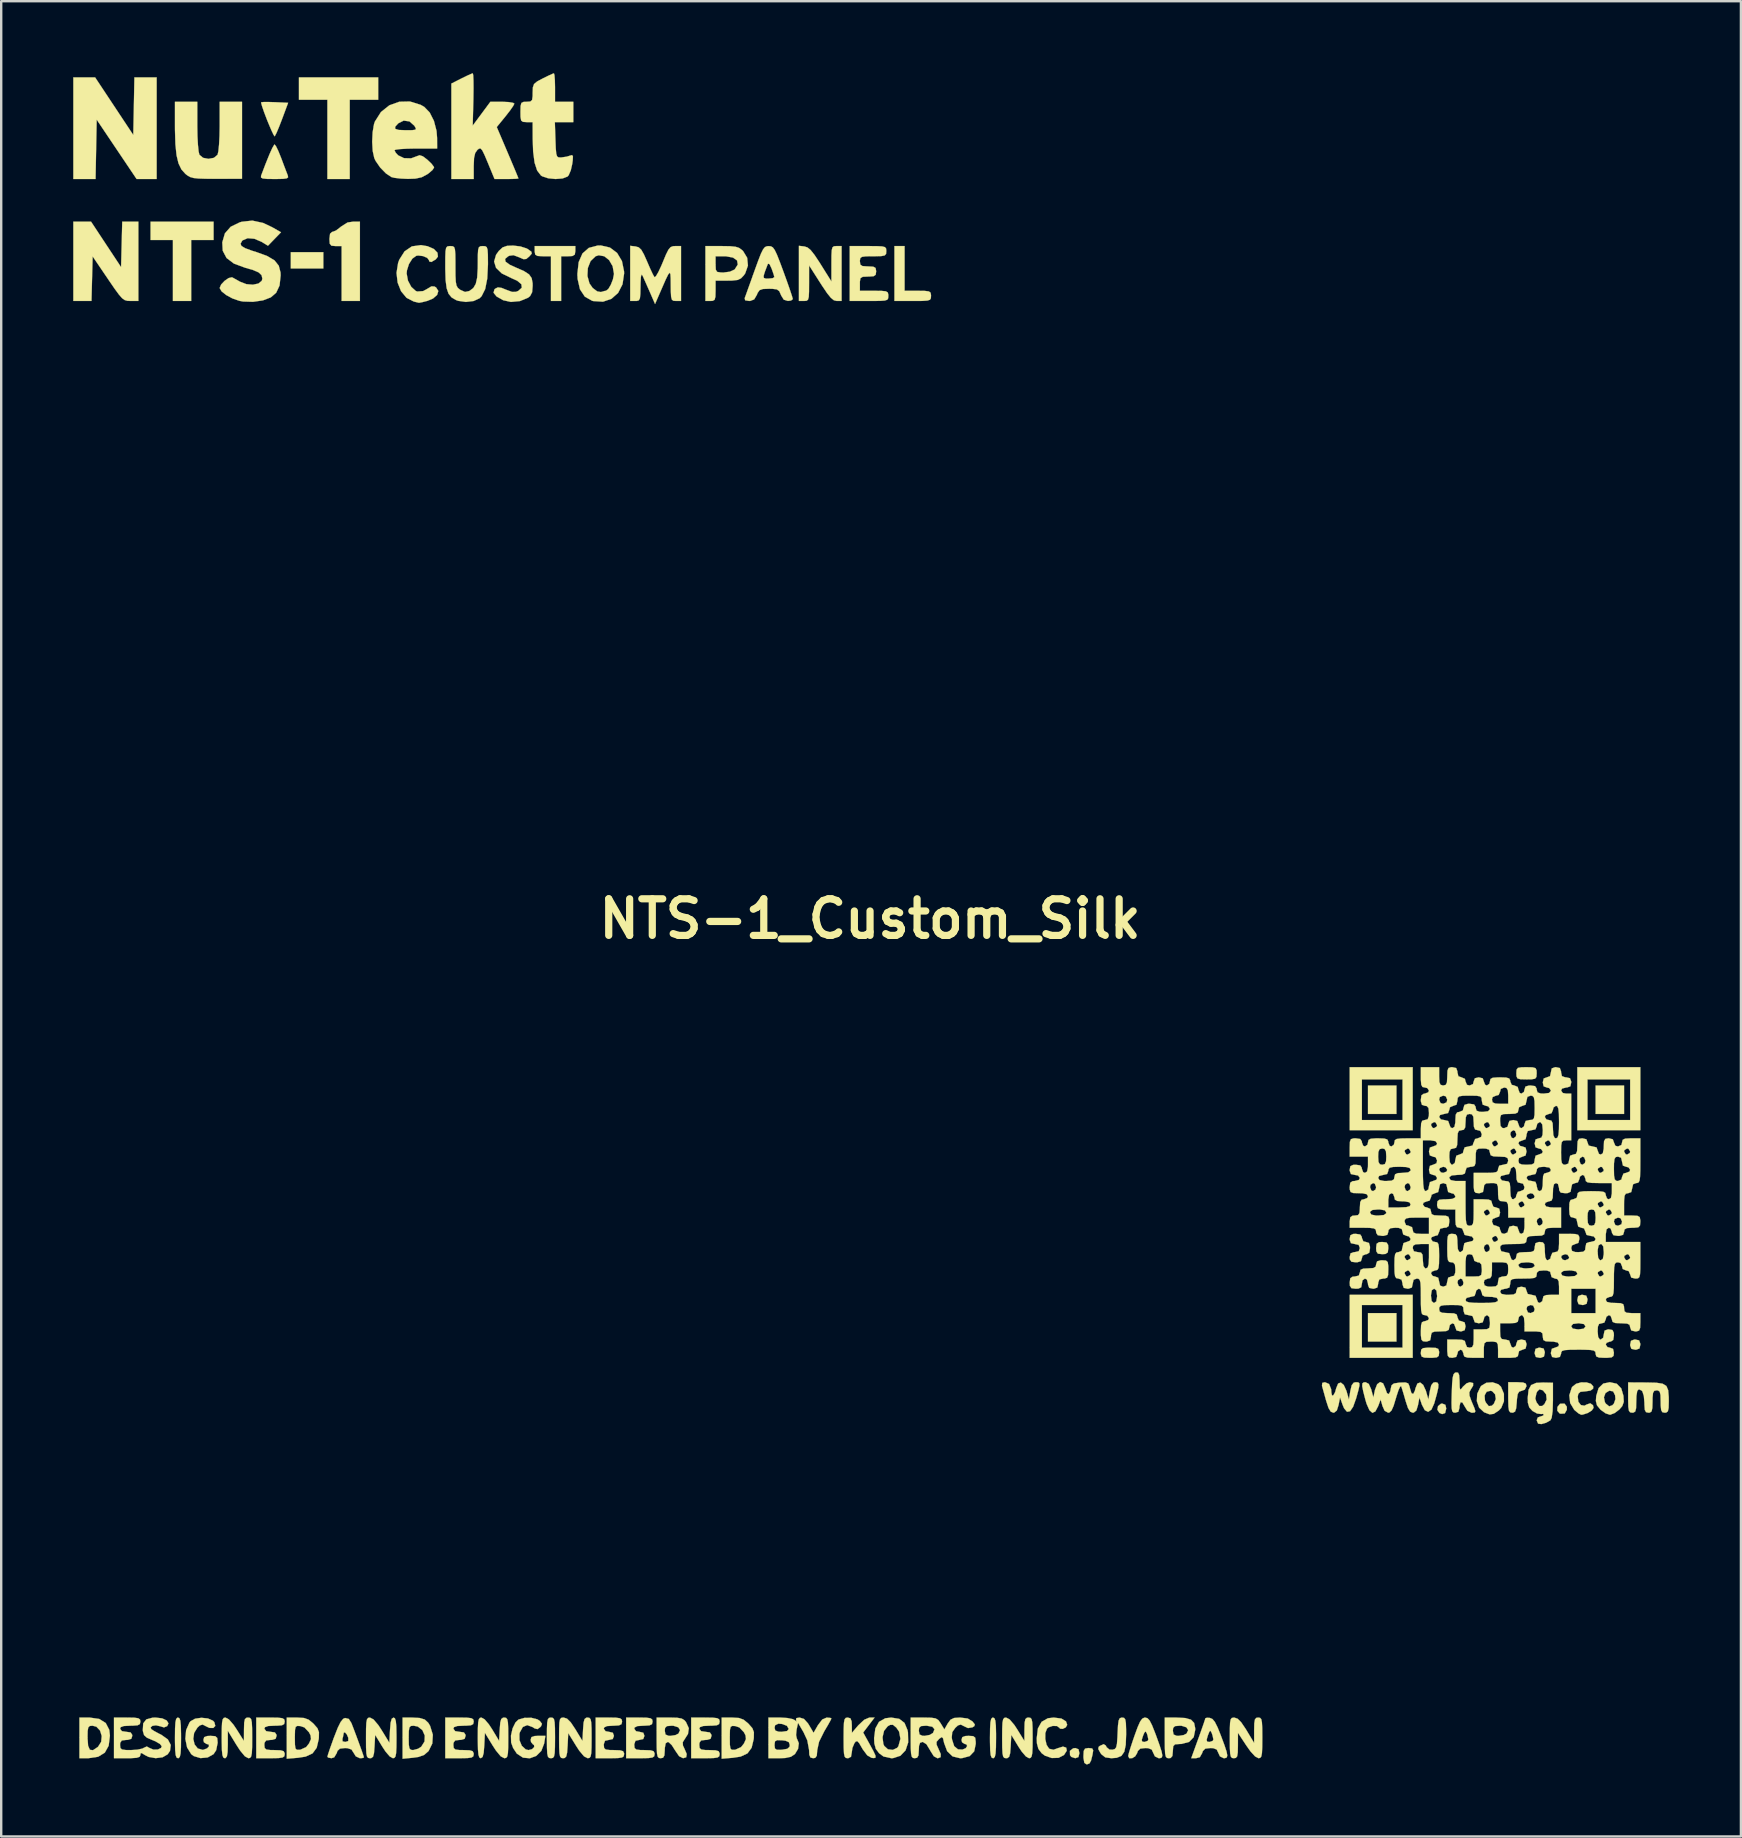
<source format=kicad_pcb>
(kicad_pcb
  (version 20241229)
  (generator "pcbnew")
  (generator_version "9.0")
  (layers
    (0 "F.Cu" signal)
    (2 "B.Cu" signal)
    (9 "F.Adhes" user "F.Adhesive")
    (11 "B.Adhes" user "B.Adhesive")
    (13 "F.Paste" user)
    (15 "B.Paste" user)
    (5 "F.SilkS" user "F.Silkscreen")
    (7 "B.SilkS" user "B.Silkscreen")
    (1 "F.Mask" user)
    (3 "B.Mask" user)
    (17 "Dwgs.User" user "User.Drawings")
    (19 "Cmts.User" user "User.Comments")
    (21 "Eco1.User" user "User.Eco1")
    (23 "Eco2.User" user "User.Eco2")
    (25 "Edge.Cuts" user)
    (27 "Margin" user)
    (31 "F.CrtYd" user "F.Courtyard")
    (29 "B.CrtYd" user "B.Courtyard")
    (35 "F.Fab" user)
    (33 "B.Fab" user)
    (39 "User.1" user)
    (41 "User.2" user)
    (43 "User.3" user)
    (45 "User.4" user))
  (footprint "NTS-1_Custom_Silk"
    (layer "F.Cu")
    (at 33.194 35.226)
    (property "Reference" "NTS-1_Custom_Silk" (at 0 0 0) (layer "F.SilkS") (effects (font (size 1.524 1.524) (thickness 0.3))))
    (attr through_hole)
    (fp_poly (pts (xy -22.775 -27.093) (xy -24.13 -27.093) (xy -24.13 -27.771) (xy -22.775 -27.771) (xy -22.775 -27.093)) (stroke (width 0.01) (type solid)) (fill yes) (layer "F.SilkS"))
    (fp_poly (pts (xy 21.929 8.128) (xy 20.743 8.128) (xy 20.743 6.943) (xy 21.929 6.943) (xy 21.929 8.128)) (stroke (width 0.01) (type solid)) (fill yes) (layer "F.SilkS"))
    (fp_poly (pts (xy 21.929 17.611) (xy 20.743 17.611) (xy 20.743 16.425) (xy 21.929 16.425) (xy 21.929 17.611)) (stroke (width 0.01) (type solid)) (fill yes) (layer "F.SilkS"))
    (fp_poly (pts (xy 31.411 8.128) (xy 30.226 8.128) (xy 30.226 6.943) (xy 31.411 6.943) (xy 31.411 8.128)) (stroke (width 0.01) (type solid)) (fill yes) (layer "F.SilkS"))
    (fp_poly (pts (xy -27.347 -28.279) (xy -28.279 -28.279) (xy -28.279 -25.739) (xy -29.041 -25.739) (xy -29.041 -28.279) (xy -29.972 -28.279) (xy -29.972 -29.041) (xy -27.347 -29.041) (xy -27.347 -28.279)) (stroke (width 0.01) (type solid)) (fill yes) (layer "F.SilkS"))
    (fp_poly (pts (xy -20.489 -34.121) (xy -21.675 -34.121) (xy -21.675 -30.819) (xy -22.606 -30.819) (xy -22.606 -34.121) (xy -23.791 -34.121) (xy -23.791 -35.052) (xy -20.489 -35.052) (xy -20.489 -34.121)) (stroke (width 0.01) (type solid)) (fill yes) (layer "F.SilkS"))
    (fp_poly (pts (xy 8.686 34.596) (xy 8.721 34.756) (xy 8.681 34.921) (xy 8.549 34.967) (xy 8.387 34.914) (xy 8.33 34.844) (xy 8.326 34.661) (xy 8.46 34.556) (xy 8.556 34.544) (xy 8.686 34.596)) (stroke (width 0.01) (type solid)) (fill yes) (layer "F.SilkS"))
    (fp_poly (pts (xy 23.968 20.245) (xy 24.003 20.398) (xy 23.958 20.587) (xy 23.832 20.632) (xy 23.72 20.584) (xy 23.633 20.451) (xy 23.661 20.298) (xy 23.783 20.2) (xy 23.835 20.193) (xy 23.968 20.245)) (stroke (width 0.01) (type solid)) (fill yes) (layer "F.SilkS"))
    (fp_poly (pts (xy 29.027 20.324) (xy 29.027 20.452) (xy 28.938 20.607) (xy 28.763 20.616) (xy 28.723 20.602) (xy 28.629 20.492) (xy 28.636 20.334) (xy 28.736 20.21) (xy 28.758 20.199) (xy 28.933 20.198) (xy 29.027 20.324)) (stroke (width 0.01) (type solid)) (fill yes) (layer "F.SilkS"))
    (fp_poly (pts (xy 22.606 8.805) (xy 19.981 8.805) (xy 19.981 6.689) (xy 20.489 6.689) (xy 20.489 8.382) (xy 22.183 8.382) (xy 22.183 6.689) (xy 20.489 6.689) (xy 19.981 6.689) (xy 19.981 6.181) (xy 22.606 6.181) (xy 22.606 8.805)) (stroke (width 0.01) (type solid)) (fill yes) (layer "F.SilkS"))
    (fp_poly (pts (xy 22.606 18.288) (xy 19.981 18.288) (xy 19.981 16.087) (xy 20.489 16.087) (xy 20.489 17.865) (xy 22.183 17.865) (xy 22.183 16.087) (xy 20.489 16.087) (xy 19.981 16.087) (xy 19.981 15.663) (xy 22.606 15.663) (xy 22.606 18.288)) (stroke (width 0.01) (type solid)) (fill yes) (layer "F.SilkS"))
    (fp_poly (pts (xy 32.089 8.805) (xy 29.464 8.805) (xy 29.464 6.689) (xy 29.887 6.689) (xy 29.887 8.382) (xy 31.665 8.382) (xy 31.665 6.689) (xy 29.887 6.689) (xy 29.464 6.689) (xy 29.464 6.181) (xy 32.089 6.181) (xy 32.089 8.805)) (stroke (width 0.01) (type solid)) (fill yes) (layer "F.SilkS"))
    (fp_poly (pts (xy 21.516 13.483) (xy 21.582 13.582) (xy 21.59 13.716) (xy 21.569 13.896) (xy 21.47 13.962) (xy 21.336 13.97) (xy 21.156 13.949) (xy 21.09 13.85) (xy 21.082 13.716) (xy 21.103 13.536) (xy 21.202 13.47) (xy 21.336 13.462) (xy 21.516 13.483)) (stroke (width 0.01) (type solid)) (fill yes) (layer "F.SilkS"))
    (fp_poly (pts (xy 28.059 17.9) (xy 28.108 18.037) (xy 28.109 18.076) (xy 28.074 18.237) (xy 27.937 18.287) (xy 27.898 18.288) (xy 27.737 18.253) (xy 27.687 18.115) (xy 27.686 18.076) (xy 27.721 17.915) (xy 27.859 17.866) (xy 27.898 17.865) (xy 28.059 17.9)) (stroke (width 0.01) (type solid)) (fill yes) (layer "F.SilkS"))
    (fp_poly (pts (xy 29.837 15.698) (xy 29.886 15.836) (xy 29.887 15.875) (xy 29.852 16.036) (xy 29.715 16.086) (xy 29.676 16.087) (xy 29.515 16.052) (xy 29.465 15.914) (xy 29.464 15.875) (xy 29.499 15.714) (xy 29.637 15.664) (xy 29.676 15.663) (xy 29.837 15.698)) (stroke (width 0.01) (type solid)) (fill yes) (layer "F.SilkS"))
    (fp_poly (pts (xy 32.038 17.561) (xy 32.088 17.699) (xy 32.089 17.738) (xy 32.054 17.899) (xy 31.916 17.948) (xy 31.877 17.949) (xy 31.716 17.914) (xy 31.666 17.777) (xy 31.665 17.738) (xy 31.7 17.577) (xy 31.838 17.527) (xy 31.877 17.526) (xy 32.038 17.561)) (stroke (width 0.01) (type solid)) (fill yes) (layer "F.SilkS"))
    (fp_poly (pts (xy -31.487 -33.853) (xy -30.692 -32.653) (xy -30.668 -33.853) (xy -30.645 -35.052) (xy -29.718 -35.052) (xy -29.718 -30.819) (xy -30.554 -30.819) (xy -31.385 -32.055) (xy -32.216 -33.292) (xy -32.263 -30.819) (xy -33.189 -30.819) (xy -33.189 -35.052) (xy -32.282 -35.052) (xy -31.487 -33.853)) (stroke (width 0.01) (type solid)) (fill yes) (layer "F.SilkS"))
    (fp_poly (pts (xy 9.254 34.56) (xy 9.296 34.64) (xy 9.268 34.819) (xy 9.207 35.064) (xy 9.143 35.183) (xy 9.049 35.22) (xy 9.012 35.221) (xy 8.926 35.159) (xy 8.891 34.957) (xy 8.89 34.883) (xy 8.901 34.665) (xy 8.956 34.568) (xy 9.084 34.544) (xy 9.108 34.544) (xy 9.254 34.56)) (stroke (width 0.01) (type solid)) (fill yes) (layer "F.SilkS"))
    (fp_poly (pts (xy -12.277 -27.813) (xy -12.299 -27.67) (xy -12.398 -27.611) (xy -12.573 -27.601) (xy -12.869 -27.601) (xy -12.869 -25.739) (xy -13.293 -25.739) (xy -13.293 -27.601) (xy -13.631 -27.601) (xy -13.85 -27.613) (xy -13.947 -27.667) (xy -13.97 -27.795) (xy -13.97 -27.813) (xy -13.97 -28.025) (xy -12.277 -28.025) (xy -12.277 -27.813)) (stroke (width 0.01) (type solid)) (fill yes) (layer "F.SilkS"))
    (fp_poly (pts (xy -21.251 -25.739) (xy -22.013 -25.739) (xy -22.013 -28.025) (xy -22.267 -28.025) (xy -22.438 -28.041) (xy -22.508 -28.125) (xy -22.521 -28.321) (xy -22.495 -28.538) (xy -22.41 -28.616) (xy -22.39 -28.617) (xy -22.246 -28.674) (xy -22.067 -28.811) (xy -22.048 -28.829) (xy -21.766 -29.008) (xy -21.544 -29.041) (xy -21.251 -29.041) (xy -21.251 -25.739)) (stroke (width 0.01) (type solid)) (fill yes) (layer "F.SilkS"))
    (fp_poly (pts (xy 1.439 -26.162) (xy 1.99 -26.162) (xy 2.286 -26.158) (xy 2.45 -26.137) (xy 2.522 -26.084) (xy 2.54 -25.985) (xy 2.54 -25.95) (xy 2.534 -25.85) (xy 2.494 -25.788) (xy 2.388 -25.755) (xy 2.182 -25.741) (xy 1.845 -25.739) (xy 1.778 -25.739) (xy 1.016 -25.739) (xy 1.016 -28.025) (xy 1.439 -28.025) (xy 1.439 -26.162)) (stroke (width 0.01) (type solid)) (fill yes) (layer "F.SilkS"))
    (fp_poly (pts (xy 23.561 17.873) (xy 23.672 17.917) (xy 23.705 18.019) (xy 23.707 18.076) (xy 23.691 18.207) (xy 23.613 18.269) (xy 23.428 18.287) (xy 23.326 18.288) (xy 23.091 18.279) (xy 22.979 18.236) (xy 22.946 18.133) (xy 22.945 18.076) (xy 22.96 17.946) (xy 23.038 17.884) (xy 23.223 17.865) (xy 23.326 17.865) (xy 23.561 17.873)) (stroke (width 0.01) (type solid)) (fill yes) (layer "F.SilkS"))
    (fp_poly (pts (xy 27.598 6.186) (xy 27.723 6.22) (xy 27.766 6.309) (xy 27.771 6.435) (xy 27.761 6.585) (xy 27.705 6.66) (xy 27.556 6.686) (xy 27.347 6.689) (xy 27.097 6.683) (xy 26.972 6.649) (xy 26.929 6.56) (xy 26.924 6.435) (xy 26.933 6.284) (xy 26.99 6.209) (xy 27.138 6.184) (xy 27.347 6.181) (xy 27.598 6.186)) (stroke (width 0.01) (type solid)) (fill yes) (layer "F.SilkS"))
    (fp_poly (pts (xy -24.788 -34.019) (xy -24.241 -33.994) (xy -24.501 -33.295) (xy -24.622 -32.984) (xy -24.723 -32.744) (xy -24.791 -32.612) (xy -24.805 -32.597) (xy -24.854 -32.671) (xy -24.946 -32.866) (xy -25.066 -33.149) (xy -25.123 -33.29) (xy -25.242 -33.602) (xy -25.327 -33.849) (xy -25.366 -33.993) (xy -25.366 -34.014) (xy -25.272 -34.026) (xy -25.057 -34.027) (xy -24.788 -34.019)) (stroke (width 0.01) (type solid)) (fill yes) (layer "F.SilkS"))
    (fp_poly (pts (xy -31.825 -28.094) (xy -31.2 -27.148) (xy -31.176 -28.094) (xy -31.152 -29.041) (xy -30.48 -29.041) (xy -30.48 -25.739) (xy -30.803 -25.739) (xy -30.937 -25.744) (xy -31.047 -25.775) (xy -31.157 -25.853) (xy -31.288 -26.002) (xy -31.465 -26.243) (xy -31.709 -26.598) (xy -31.755 -26.667) (xy -32.385 -27.595) (xy -32.409 -26.667) (xy -32.433 -25.739) (xy -33.189 -25.739) (xy -33.189 -29.041) (xy -32.45 -29.041) (xy -31.825 -28.094)) (stroke (width 0.01) (type solid)) (fill yes) (layer "F.SilkS"))
    (fp_poly (pts (xy -28.77 33.302) (xy -28.732 33.404) (xy -28.711 33.609) (xy -28.703 33.944) (xy -28.702 34.121) (xy -28.706 34.515) (xy -28.722 34.769) (xy -28.752 34.909) (xy -28.803 34.963) (xy -28.829 34.967) (xy -28.888 34.939) (xy -28.926 34.837) (xy -28.947 34.632) (xy -28.955 34.297) (xy -28.956 34.121) (xy -28.952 33.726) (xy -28.936 33.472) (xy -28.906 33.332) (xy -28.855 33.278) (xy -28.829 33.274) (xy -28.77 33.302)) (stroke (width 0.01) (type solid)) (fill yes) (layer "F.SilkS"))
    (fp_poly (pts (xy 5.182 33.302) (xy 5.22 33.404) (xy 5.241 33.609) (xy 5.249 33.944) (xy 5.249 34.121) (xy 5.245 34.515) (xy 5.23 34.769) (xy 5.199 34.909) (xy 5.149 34.963) (xy 5.122 34.967) (xy 5.063 34.939) (xy 5.025 34.837) (xy 5.004 34.632) (xy 4.996 34.297) (xy 4.995 34.121) (xy 5 33.726) (xy 5.015 33.472) (xy 5.046 33.332) (xy 5.096 33.278) (xy 5.122 33.274) (xy 5.182 33.302)) (stroke (width 0.01) (type solid)) (fill yes) (layer "F.SilkS"))
    (fp_poly (pts (xy 27.205 19.316) (xy 27.318 19.362) (xy 27.347 19.462) (xy 27.347 19.467) (xy 27.276 19.614) (xy 27.157 19.658) (xy 27.043 19.696) (xy 26.98 19.797) (xy 26.949 20.006) (xy 26.941 20.13) (xy 26.916 20.393) (xy 26.87 20.528) (xy 26.785 20.572) (xy 26.75 20.574) (xy 26.666 20.558) (xy 26.616 20.486) (xy 26.593 20.324) (xy 26.586 20.037) (xy 26.585 19.939) (xy 26.585 19.304) (xy 26.966 19.304) (xy 27.205 19.316)) (stroke (width 0.01) (type solid)) (fill yes) (layer "F.SilkS"))
    (fp_poly (pts (xy -24.746 -32.185) (xy -24.652 -31.992) (xy -24.541 -31.719) (xy -24.528 -31.686) (xy -24.414 -31.381) (xy -24.316 -31.124) (xy -24.256 -30.969) (xy -24.256 -30.967) (xy -24.242 -30.89) (xy -24.297 -30.846) (xy -24.454 -30.825) (xy -24.742 -30.819) (xy -24.807 -30.819) (xy -25.122 -30.823) (xy -25.3 -30.841) (xy -25.371 -30.881) (xy -25.369 -30.952) (xy -25.364 -30.967) (xy -25.179 -31.454) (xy -25.022 -31.842) (xy -24.9 -32.112) (xy -24.821 -32.246) (xy -24.804 -32.258) (xy -24.746 -32.185)) (stroke (width 0.01) (type solid)) (fill yes) (layer "F.SilkS"))
    (fp_poly (pts (xy -13.216 33.286) (xy -13.166 33.341) (xy -13.139 33.471) (xy -13.126 33.705) (xy -13.123 34.075) (xy -13.123 34.121) (xy -13.126 34.506) (xy -13.137 34.753) (xy -13.163 34.891) (xy -13.21 34.953) (xy -13.284 34.967) (xy -13.293 34.967) (xy -13.37 34.956) (xy -13.419 34.9) (xy -13.447 34.771) (xy -13.459 34.536) (xy -13.462 34.166) (xy -13.462 34.121) (xy -13.46 33.735) (xy -13.449 33.489) (xy -13.423 33.35) (xy -13.376 33.289) (xy -13.302 33.274) (xy -13.293 33.274) (xy -13.216 33.286)) (stroke (width 0.01) (type solid)) (fill yes) (layer "F.SilkS"))
    (fp_poly (pts (xy -32.111 33.331) (xy -31.838 33.502) (xy -31.692 33.785) (xy -31.665 34.028) (xy -31.717 34.446) (xy -31.877 34.735) (xy -32.154 34.906) (xy -32.559 34.967) (xy -32.601 34.967) (xy -32.935 34.967) (xy -32.935 34.121) (xy -32.597 34.121) (xy -32.574 34.448) (xy -32.5 34.617) (xy -32.37 34.633) (xy -32.175 34.503) (xy -32.159 34.489) (xy -32.029 34.283) (xy -32.007 34.041) (xy -32.077 33.815) (xy -32.227 33.656) (xy -32.388 33.613) (xy -32.504 33.624) (xy -32.566 33.684) (xy -32.592 33.832) (xy -32.597 34.109) (xy -32.597 34.121) (xy -32.935 34.121) (xy -32.935 33.274) (xy -32.508 33.274) (xy -32.111 33.331)) (stroke (width 0.01) (type solid)) (fill yes) (layer "F.SilkS"))
    (fp_poly (pts (xy 29.845 19.311) (xy 30.029 19.368) (xy 30.127 19.476) (xy 30.123 19.569) (xy 30.016 19.652) (xy 29.801 19.685) (xy 29.795 19.685) (xy 29.594 19.704) (xy 29.506 19.787) (xy 29.481 19.904) (xy 29.507 20.118) (xy 29.613 20.256) (xy 29.761 20.282) (xy 29.841 20.238) (xy 30.002 20.181) (xy 30.117 20.262) (xy 30.141 20.369) (xy 30.069 20.48) (xy 29.898 20.587) (xy 29.695 20.652) (xy 29.624 20.659) (xy 29.513 20.604) (xy 29.352 20.47) (xy 29.333 20.451) (xy 29.166 20.173) (xy 29.13 19.847) (xy 29.23 19.533) (xy 29.257 19.492) (xy 29.412 19.369) (xy 29.623 19.31) (xy 29.845 19.311)) (stroke (width 0.01) (type solid)) (fill yes) (layer "F.SilkS"))
    (fp_poly (pts (xy 10.584 33.288) (xy 10.633 33.354) (xy 10.658 33.504) (xy 10.667 33.772) (xy 10.668 33.981) (xy 10.652 34.41) (xy 10.592 34.697) (xy 10.472 34.869) (xy 10.277 34.95) (xy 10.049 34.967) (xy 9.8 34.932) (xy 9.636 34.803) (xy 9.597 34.748) (xy 9.508 34.586) (xy 9.522 34.495) (xy 9.574 34.453) (xy 9.733 34.382) (xy 9.823 34.44) (xy 9.854 34.508) (xy 9.973 34.607) (xy 10.096 34.613) (xy 10.193 34.587) (xy 10.252 34.516) (xy 10.286 34.364) (xy 10.305 34.096) (xy 10.312 33.93) (xy 10.329 33.598) (xy 10.355 33.401) (xy 10.4 33.305) (xy 10.475 33.275) (xy 10.502 33.274) (xy 10.584 33.288)) (stroke (width 0.01) (type solid)) (fill yes) (layer "F.SilkS"))
    (fp_poly (pts (xy 26.178 19.392) (xy 26.284 19.492) (xy 26.406 19.785) (xy 26.407 20.1) (xy 26.294 20.376) (xy 26.193 20.483) (xy 25.984 20.621) (xy 25.811 20.644) (xy 25.592 20.56) (xy 25.575 20.552) (xy 25.372 20.363) (xy 25.277 20.091) (xy 25.29 19.853) (xy 25.601 19.853) (xy 25.616 20.063) (xy 25.652 20.147) (xy 25.773 20.299) (xy 25.899 20.285) (xy 25.989 20.198) (xy 26.068 20.005) (xy 26.038 19.809) (xy 25.915 19.678) (xy 25.852 19.659) (xy 25.686 19.701) (xy 25.601 19.853) (xy 25.29 19.853) (xy 25.294 19.785) (xy 25.428 19.498) (xy 25.465 19.452) (xy 25.674 19.327) (xy 25.936 19.308) (xy 26.178 19.392)) (stroke (width 0.01) (type solid)) (fill yes) (layer "F.SilkS"))
    (fp_poly (pts (xy -28.025 -33.014) (xy -28.018 -32.601) (xy -27.998 -32.239) (xy -27.97 -31.967) (xy -27.937 -31.829) (xy -27.785 -31.702) (xy -27.56 -31.659) (xy -27.334 -31.701) (xy -27.182 -31.828) (xy -27.181 -31.829) (xy -27.147 -31.975) (xy -27.119 -32.251) (xy -27.1 -32.616) (xy -27.093 -33.014) (xy -27.093 -34.036) (xy -26.162 -34.036) (xy -26.162 -30.829) (xy -27.219 -30.828) (xy -27.663 -30.829) (xy -27.972 -30.839) (xy -28.181 -30.861) (xy -28.325 -30.902) (xy -28.438 -30.968) (xy -28.521 -31.033) (xy -28.687 -31.218) (xy -28.808 -31.469) (xy -28.89 -31.81) (xy -28.937 -32.265) (xy -28.955 -32.858) (xy -28.956 -33.015) (xy -28.956 -34.036) (xy -28.025 -34.036) (xy -28.025 -33.014)) (stroke (width 0.01) (type solid)) (fill yes) (layer "F.SilkS"))
    (fp_poly (pts (xy -2.734 -28.009) (xy -2.606 -27.968) (xy -2.474 -27.86) (xy -2.313 -27.657) (xy -2.1 -27.336) (xy -2.057 -27.267) (xy -1.609 -26.551) (xy -1.609 -27.288) (xy -1.607 -27.641) (xy -1.595 -27.859) (xy -1.564 -27.973) (xy -1.503 -28.017) (xy -1.404 -28.025) (xy -1.397 -28.025) (xy -1.185 -28.025) (xy -1.185 -25.739) (xy -1.39 -25.739) (xy -1.504 -25.766) (xy -1.628 -25.865) (xy -1.785 -26.058) (xy -1.996 -26.37) (xy -2.067 -26.48) (xy -2.539 -27.22) (xy -2.54 -26.48) (xy -2.542 -26.125) (xy -2.553 -25.906) (xy -2.585 -25.791) (xy -2.645 -25.746) (xy -2.743 -25.739) (xy -2.752 -25.739) (xy -2.963 -25.739) (xy -2.963 -28.036) (xy -2.734 -28.009)) (stroke (width 0.01) (type solid)) (fill yes) (layer "F.SilkS"))
    (fp_poly (pts (xy 20.421 13.15) (xy 20.487 13.249) (xy 20.489 13.293) (xy 20.549 13.434) (xy 20.659 13.462) (xy 20.783 13.502) (xy 20.826 13.65) (xy 20.828 13.716) (xy 20.801 13.902) (xy 20.702 13.967) (xy 20.659 13.97) (xy 20.517 14.03) (xy 20.489 14.139) (xy 20.449 14.263) (xy 20.301 14.307) (xy 20.235 14.309) (xy 20.054 14.286) (xy 19.987 14.189) (xy 19.981 14.097) (xy 20.016 13.936) (xy 20.154 13.886) (xy 20.193 13.885) (xy 20.359 13.846) (xy 20.405 13.716) (xy 20.355 13.583) (xy 20.193 13.547) (xy 20.032 13.512) (xy 19.982 13.374) (xy 19.981 13.335) (xy 20.009 13.184) (xy 20.125 13.128) (xy 20.235 13.123) (xy 20.421 13.15)) (stroke (width 0.01) (type solid)) (fill yes) (layer "F.SilkS"))
    (fp_poly (pts (xy -18.765 33.291) (xy -18.549 33.356) (xy -18.403 33.492) (xy -18.327 33.619) (xy -18.213 33.988) (xy -18.235 34.355) (xy -18.389 34.666) (xy -18.399 34.677) (xy -18.576 34.831) (xy -18.812 34.915) (xy -19.034 34.947) (xy -19.473 34.989) (xy -19.473 34.115) (xy -19.219 34.115) (xy -19.219 34.121) (xy -19.214 34.403) (xy -19.188 34.556) (xy -19.127 34.618) (xy -19.035 34.629) (xy -18.828 34.573) (xy -18.697 34.489) (xy -18.559 34.27) (xy -18.549 34.023) (xy -18.648 33.799) (xy -18.838 33.648) (xy -19.014 33.613) (xy -19.128 33.624) (xy -19.189 33.685) (xy -19.214 33.836) (xy -19.219 34.115) (xy -19.473 34.115) (xy -19.473 33.274) (xy -19.099 33.274) (xy -18.765 33.291)) (stroke (width 0.01) (type solid)) (fill yes) (layer "F.SilkS"))
    (fp_poly (pts (xy 31.107 19.367) (xy 31.295 19.562) (xy 31.385 19.872) (xy 31.399 20.123) (xy 31.337 20.297) (xy 31.214 20.441) (xy 31.02 20.588) (xy 30.836 20.658) (xy 30.819 20.659) (xy 30.642 20.601) (xy 30.445 20.461) (xy 30.424 20.441) (xy 30.282 20.267) (xy 30.236 20.085) (xy 30.248 19.932) (xy 30.572 19.932) (xy 30.612 20.135) (xy 30.653 20.198) (xy 30.792 20.31) (xy 30.922 20.263) (xy 30.987 20.194) (xy 31.051 20.008) (xy 31.037 19.85) (xy 30.956 19.687) (xy 30.806 19.657) (xy 30.795 19.658) (xy 30.639 19.752) (xy 30.572 19.932) (xy 30.248 19.932) (xy 30.252 19.872) (xy 30.351 19.547) (xy 30.544 19.36) (xy 30.819 19.304) (xy 31.107 19.367)) (stroke (width 0.01) (type solid)) (fill yes) (layer "F.SilkS"))
    (fp_poly (pts (xy 7.973 33.315) (xy 8.164 33.434) (xy 8.213 33.578) (xy 8.154 33.682) (xy 8.028 33.745) (xy 7.915 33.736) (xy 7.89 33.702) (xy 7.789 33.627) (xy 7.613 33.621) (xy 7.437 33.679) (xy 7.371 33.734) (xy 7.302 33.918) (xy 7.3 34.169) (xy 7.355 34.411) (xy 7.458 34.568) (xy 7.466 34.574) (xy 7.642 34.615) (xy 7.818 34.551) (xy 8.038 34.483) (xy 8.173 34.527) (xy 8.196 34.654) (xy 8.08 34.834) (xy 8.08 34.834) (xy 7.855 34.951) (xy 7.57 34.959) (xy 7.29 34.864) (xy 7.15 34.76) (xy 7.013 34.578) (xy 6.952 34.351) (xy 6.943 34.136) (xy 6.993 33.727) (xy 7.147 33.451) (xy 7.408 33.303) (xy 7.652 33.274) (xy 7.973 33.315)) (stroke (width 0.01) (type solid)) (fill yes) (layer "F.SilkS"))
    (fp_poly (pts (xy -23.583 33.291) (xy -23.385 33.362) (xy -23.198 33.516) (xy -23.182 33.532) (xy -23.021 33.715) (xy -22.957 33.883) (xy -22.961 34.119) (xy -22.967 34.177) (xy -23.051 34.532) (xy -23.224 34.766) (xy -23.512 34.9) (xy -23.829 34.949) (xy -24.299 34.988) (xy -24.299 34.121) (xy -23.961 34.121) (xy -23.957 34.405) (xy -23.936 34.558) (xy -23.879 34.616) (xy -23.769 34.617) (xy -23.731 34.613) (xy -23.492 34.505) (xy -23.371 34.353) (xy -23.289 34.169) (xy -23.306 34.018) (xy -23.371 33.888) (xy -23.563 33.685) (xy -23.731 33.628) (xy -23.857 33.621) (xy -23.926 33.661) (xy -23.954 33.786) (xy -23.961 34.033) (xy -23.961 34.121) (xy -24.299 34.121) (xy -24.299 33.274) (xy -23.869 33.274) (xy -23.583 33.291)) (stroke (width 0.01) (type solid)) (fill yes) (layer "F.SilkS"))
    (fp_poly (pts (xy -5.464 33.291) (xy -5.267 33.362) (xy -5.079 33.516) (xy -5.063 33.532) (xy -4.902 33.715) (xy -4.838 33.883) (xy -4.842 34.119) (xy -4.848 34.177) (xy -4.933 34.532) (xy -5.106 34.766) (xy -5.393 34.9) (xy -5.71 34.949) (xy -6.181 34.988) (xy -6.181 34.121) (xy -5.842 34.121) (xy -5.839 34.405) (xy -5.817 34.558) (xy -5.761 34.616) (xy -5.651 34.617) (xy -5.612 34.613) (xy -5.373 34.505) (xy -5.252 34.353) (xy -5.17 34.169) (xy -5.187 34.018) (xy -5.252 33.888) (xy -5.445 33.685) (xy -5.612 33.628) (xy -5.738 33.621) (xy -5.807 33.661) (xy -5.836 33.786) (xy -5.842 34.033) (xy -5.842 34.121) (xy -6.181 34.121) (xy -6.181 33.274) (xy -5.751 33.274) (xy -5.464 33.291)) (stroke (width 0.01) (type solid)) (fill yes) (layer "F.SilkS"))
    (fp_poly (pts (xy 1.216 33.327) (xy 1.436 33.496) (xy 1.562 33.798) (xy 1.58 33.894) (xy 1.589 34.31) (xy 1.479 34.641) (xy 1.263 34.866) (xy 0.954 34.965) (xy 0.885 34.967) (xy 0.561 34.896) (xy 0.377 34.76) (xy 0.24 34.578) (xy 0.179 34.351) (xy 0.169 34.136) (xy 0.174 34.098) (xy 0.52 34.098) (xy 0.556 34.377) (xy 0.591 34.455) (xy 0.744 34.595) (xy 0.949 34.621) (xy 1.131 34.534) (xy 1.182 34.465) (xy 1.266 34.158) (xy 1.21 33.859) (xy 1.094 33.691) (xy 0.953 33.575) (xy 0.834 33.579) (xy 0.735 33.637) (xy 0.583 33.827) (xy 0.52 34.098) (xy 0.174 34.098) (xy 0.22 33.728) (xy 0.373 33.452) (xy 0.633 33.304) (xy 0.882 33.274) (xy 1.216 33.327)) (stroke (width 0.01) (type solid)) (fill yes) (layer "F.SilkS"))
    (fp_poly (pts (xy -10.582 33.279) (xy -10.416 33.303) (xy -10.344 33.356) (xy -10.329 33.443) (xy -10.354 33.549) (xy -10.458 33.599) (xy -10.683 33.613) (xy -10.71 33.613) (xy -10.961 33.629) (xy -11.076 33.686) (xy -11.091 33.74) (xy -11.018 33.842) (xy -10.88 33.867) (xy -10.714 33.906) (xy -10.668 34.036) (xy -10.718 34.169) (xy -10.88 34.205) (xy -11.041 34.24) (xy -11.09 34.378) (xy -11.091 34.417) (xy -11.078 34.543) (xy -11.008 34.605) (xy -10.838 34.627) (xy -10.668 34.629) (xy -10.414 34.638) (xy -10.287 34.675) (xy -10.246 34.759) (xy -10.245 34.798) (xy -10.261 34.887) (xy -10.333 34.938) (xy -10.497 34.961) (xy -10.79 34.967) (xy -10.837 34.967) (xy -11.43 34.967) (xy -11.43 33.274) (xy -10.88 33.274) (xy -10.582 33.279)) (stroke (width 0.01) (type solid)) (fill yes) (layer "F.SilkS"))
    (fp_poly (pts (xy -9.312 33.279) (xy -9.146 33.303) (xy -9.074 33.356) (xy -9.059 33.443) (xy -9.084 33.549) (xy -9.188 33.599) (xy -9.413 33.613) (xy -9.44 33.613) (xy -9.691 33.629) (xy -9.806 33.686) (xy -9.821 33.74) (xy -9.748 33.842) (xy -9.61 33.867) (xy -9.444 33.906) (xy -9.398 34.036) (xy -9.448 34.169) (xy -9.61 34.205) (xy -9.771 34.24) (xy -9.82 34.378) (xy -9.821 34.417) (xy -9.808 34.543) (xy -9.738 34.605) (xy -9.568 34.627) (xy -9.398 34.629) (xy -9.144 34.638) (xy -9.017 34.675) (xy -8.976 34.759) (xy -8.975 34.798) (xy -8.991 34.887) (xy -9.063 34.938) (xy -9.227 34.961) (xy -9.52 34.967) (xy -9.567 34.967) (xy -10.16 34.967) (xy -10.16 33.274) (xy -9.61 33.274) (xy -9.312 33.279)) (stroke (width 0.01) (type solid)) (fill yes) (layer "F.SilkS"))
    (fp_poly (pts (xy -25.831 33.286) (xy -25.782 33.341) (xy -25.754 33.471) (xy -25.742 33.705) (xy -25.739 34.075) (xy -25.739 34.121) (xy -25.741 34.507) (xy -25.753 34.754) (xy -25.78 34.893) (xy -25.827 34.954) (xy -25.897 34.967) (xy -26.042 34.888) (xy -26.239 34.651) (xy -26.405 34.396) (xy -26.754 33.824) (xy -26.754 34.396) (xy -26.762 34.711) (xy -26.791 34.889) (xy -26.847 34.961) (xy -26.882 34.967) (xy -26.941 34.939) (xy -26.979 34.837) (xy -27 34.632) (xy -27.008 34.297) (xy -27.009 34.121) (xy -27.006 33.734) (xy -26.994 33.486) (xy -26.967 33.347) (xy -26.92 33.287) (xy -26.852 33.274) (xy -26.71 33.35) (xy -26.522 33.565) (xy -26.389 33.761) (xy -26.083 34.248) (xy -26.08 33.761) (xy -26.072 33.484) (xy -26.041 33.337) (xy -25.975 33.281) (xy -25.908 33.274) (xy -25.831 33.286)) (stroke (width 0.01) (type solid)) (fill yes) (layer "F.SilkS"))
    (fp_poly (pts (xy -24.665 33.279) (xy -24.487 33.299) (xy -24.405 33.346) (xy -24.384 33.43) (xy -24.384 33.443) (xy -24.406 33.545) (xy -24.501 33.596) (xy -24.709 33.612) (xy -24.807 33.613) (xy -25.074 33.626) (xy -25.204 33.673) (xy -25.231 33.74) (xy -25.155 33.84) (xy -24.977 33.867) (xy -24.791 33.893) (xy -24.725 33.992) (xy -24.723 34.036) (xy -24.763 34.16) (xy -24.911 34.204) (xy -24.977 34.205) (xy -25.158 34.228) (xy -25.225 34.325) (xy -25.231 34.417) (xy -25.217 34.543) (xy -25.147 34.605) (xy -24.977 34.627) (xy -24.807 34.629) (xy -24.553 34.638) (xy -24.427 34.675) (xy -24.386 34.759) (xy -24.384 34.798) (xy -24.4 34.887) (xy -24.472 34.938) (xy -24.637 34.961) (xy -24.929 34.967) (xy -24.977 34.967) (xy -25.569 34.967) (xy -25.569 33.274) (xy -24.977 33.274) (xy -24.665 33.279)) (stroke (width 0.01) (type solid)) (fill yes) (layer "F.SilkS"))
    (fp_poly (pts (xy -16.791 33.279) (xy -16.613 33.299) (xy -16.531 33.346) (xy -16.51 33.43) (xy -16.51 33.443) (xy -16.532 33.545) (xy -16.627 33.596) (xy -16.835 33.612) (xy -16.933 33.613) (xy -17.2 33.626) (xy -17.33 33.673) (xy -17.357 33.74) (xy -17.281 33.84) (xy -17.103 33.867) (xy -16.917 33.893) (xy -16.851 33.992) (xy -16.849 34.036) (xy -16.889 34.16) (xy -17.037 34.204) (xy -17.103 34.205) (xy -17.284 34.228) (xy -17.351 34.325) (xy -17.357 34.417) (xy -17.343 34.543) (xy -17.273 34.605) (xy -17.103 34.627) (xy -16.933 34.629) (xy -16.679 34.638) (xy -16.553 34.675) (xy -16.512 34.759) (xy -16.51 34.798) (xy -16.526 34.887) (xy -16.598 34.938) (xy -16.763 34.961) (xy -17.055 34.967) (xy -17.103 34.967) (xy -17.695 34.967) (xy -17.695 33.274) (xy -17.103 33.274) (xy -16.791 33.279)) (stroke (width 0.01) (type solid)) (fill yes) (layer "F.SilkS"))
    (fp_poly (pts (xy -6.547 33.279) (xy -6.368 33.299) (xy -6.286 33.346) (xy -6.265 33.43) (xy -6.265 33.443) (xy -6.288 33.545) (xy -6.382 33.596) (xy -6.591 33.612) (xy -6.689 33.613) (xy -6.955 33.626) (xy -7.085 33.673) (xy -7.112 33.74) (xy -7.036 33.84) (xy -6.858 33.867) (xy -6.672 33.893) (xy -6.607 33.992) (xy -6.604 34.036) (xy -6.644 34.16) (xy -6.792 34.204) (xy -6.858 34.205) (xy -7.04 34.228) (xy -7.106 34.325) (xy -7.112 34.417) (xy -7.098 34.543) (xy -7.028 34.605) (xy -6.859 34.627) (xy -6.689 34.629) (xy -6.435 34.638) (xy -6.308 34.675) (xy -6.267 34.759) (xy -6.265 34.798) (xy -6.281 34.887) (xy -6.353 34.938) (xy -6.518 34.961) (xy -6.811 34.967) (xy -6.858 34.967) (xy -7.451 34.967) (xy -7.451 33.274) (xy -6.858 33.274) (xy -6.547 33.279)) (stroke (width 0.01) (type solid)) (fill yes) (layer "F.SilkS"))
    (fp_poly (pts (xy -5.826 -28.019) (xy -5.599 -27.996) (xy -5.447 -27.944) (xy -5.324 -27.852) (xy -5.288 -27.817) (xy -5.118 -27.537) (xy -5.087 -27.211) (xy -5.199 -26.89) (xy -5.255 -26.808) (xy -5.377 -26.68) (xy -5.522 -26.613) (xy -5.746 -26.588) (xy -5.933 -26.585) (xy -6.435 -26.585) (xy -6.435 -26.162) (xy -6.442 -25.911) (xy -6.477 -25.785) (xy -6.561 -25.743) (xy -6.646 -25.739) (xy -6.858 -25.739) (xy -6.858 -27.601) (xy -6.435 -27.601) (xy -6.435 -27.263) (xy -6.426 -27.046) (xy -6.37 -26.95) (xy -6.216 -26.925) (xy -6.102 -26.924) (xy -5.84 -26.958) (xy -5.65 -27.045) (xy -5.636 -27.057) (xy -5.51 -27.256) (xy -5.539 -27.425) (xy -5.708 -27.545) (xy -6.003 -27.6) (xy -6.071 -27.601) (xy -6.435 -27.601) (xy -6.858 -27.601) (xy -6.858 -28.025) (xy -6.177 -28.025) (xy -5.826 -28.019)) (stroke (width 0.01) (type solid)) (fill yes) (layer "F.SilkS"))
    (fp_poly (pts (xy 13.128 33.293) (xy 13.37 33.361) (xy 13.5 33.496) (xy 13.545 33.716) (xy 13.547 33.78) (xy 13.483 34.09) (xy 13.292 34.288) (xy 12.978 34.372) (xy 12.893 34.375) (xy 12.707 34.389) (xy 12.63 34.467) (xy 12.615 34.66) (xy 12.615 34.671) (xy 12.596 34.875) (xy 12.522 34.958) (xy 12.446 34.967) (xy 12.369 34.956) (xy 12.32 34.9) (xy 12.292 34.771) (xy 12.28 34.536) (xy 12.277 34.166) (xy 12.277 34.121) (xy 12.277 33.824) (xy 12.615 33.824) (xy 12.645 33.979) (xy 12.77 34.033) (xy 12.852 34.036) (xy 13.061 34.004) (xy 13.184 33.941) (xy 13.253 33.796) (xy 13.176 33.679) (xy 12.978 33.616) (xy 12.903 33.613) (xy 12.706 33.63) (xy 12.627 33.705) (xy 12.615 33.824) (xy 12.277 33.824) (xy 12.277 33.274) (xy 12.748 33.274) (xy 13.128 33.293)) (stroke (width 0.01) (type solid)) (fill yes) (layer "F.SilkS"))
    (fp_poly (pts (xy -19.793 33.305) (xy -19.756 33.416) (xy -19.735 33.634) (xy -19.728 33.986) (xy -19.727 34.121) (xy -19.73 34.508) (xy -19.743 34.757) (xy -19.77 34.896) (xy -19.818 34.956) (xy -19.877 34.967) (xy -20.008 34.894) (xy -20.184 34.689) (xy -20.321 34.48) (xy -20.616 33.994) (xy -20.642 34.48) (xy -20.664 34.759) (xy -20.704 34.906) (xy -20.777 34.962) (xy -20.832 34.967) (xy -20.907 34.955) (xy -20.956 34.897) (xy -20.983 34.762) (xy -20.995 34.521) (xy -20.997 34.143) (xy -20.997 34.121) (xy -20.995 33.735) (xy -20.983 33.488) (xy -20.957 33.349) (xy -20.91 33.288) (xy -20.837 33.274) (xy -20.833 33.274) (xy -20.682 33.353) (xy -20.482 33.59) (xy -20.346 33.798) (xy -20.024 34.322) (xy -19.998 33.798) (xy -19.972 33.49) (xy -19.926 33.324) (xy -19.852 33.274) (xy -19.85 33.274) (xy -19.793 33.305)) (stroke (width 0.01) (type solid)) (fill yes) (layer "F.SilkS"))
    (fp_poly (pts (xy -15.161 33.287) (xy -15.112 33.345) (xy -15.085 33.479) (xy -15.073 33.72) (xy -15.071 34.098) (xy -15.071 34.121) (xy -15.073 34.507) (xy -15.085 34.754) (xy -15.111 34.892) (xy -15.158 34.953) (xy -15.232 34.967) (xy -15.234 34.967) (xy -15.385 34.888) (xy -15.583 34.649) (xy -15.721 34.438) (xy -16.044 33.909) (xy -16.07 34.438) (xy -16.095 34.748) (xy -16.141 34.915) (xy -16.214 34.967) (xy -16.218 34.967) (xy -16.275 34.936) (xy -16.312 34.825) (xy -16.333 34.608) (xy -16.34 34.256) (xy -16.341 34.121) (xy -16.338 33.733) (xy -16.325 33.485) (xy -16.298 33.346) (xy -16.251 33.286) (xy -16.189 33.274) (xy -16.055 33.349) (xy -15.877 33.558) (xy -15.745 33.759) (xy -15.452 34.244) (xy -15.426 33.759) (xy -15.404 33.481) (xy -15.363 33.334) (xy -15.29 33.279) (xy -15.236 33.274) (xy -15.161 33.287)) (stroke (width 0.01) (type solid)) (fill yes) (layer "F.SilkS"))
    (fp_poly (pts (xy 0.189 33.274) (xy -0.286 33.897) (xy -0.016 34.384) (xy 0.145 34.68) (xy 0.226 34.857) (xy 0.23 34.941) (xy 0.163 34.962) (xy 0.065 34.952) (xy -0.117 34.847) (xy -0.307 34.592) (xy -0.329 34.553) (xy -0.454 34.338) (xy -0.534 34.254) (xy -0.6 34.277) (xy -0.648 34.336) (xy -0.735 34.539) (xy -0.762 34.73) (xy -0.793 34.908) (xy -0.905 34.966) (xy -0.931 34.967) (xy -1.008 34.956) (xy -1.058 34.9) (xy -1.085 34.771) (xy -1.098 34.536) (xy -1.101 34.166) (xy -1.101 34.121) (xy -1.098 33.735) (xy -1.087 33.489) (xy -1.061 33.35) (xy -1.014 33.289) (xy -0.94 33.274) (xy -0.931 33.274) (xy -0.817 33.305) (xy -0.768 33.429) (xy -0.759 33.592) (xy -0.756 33.909) (xy -0.484 33.591) (xy -0.243 33.366) (xy -0.031 33.275) (xy -0.011 33.274) (xy 0.189 33.274)) (stroke (width 0.01) (type solid)) (fill yes) (layer "F.SilkS"))
    (fp_poly (pts (xy 28.448 19.326) (xy 28.448 20.067) (xy 28.435 20.508) (xy 28.395 20.787) (xy 28.342 20.892) (xy 28.16 20.994) (xy 27.966 21.048) (xy 27.834 21.031) (xy 27.828 21.026) (xy 27.771 20.892) (xy 27.816 20.773) (xy 27.893 20.743) (xy 28.033 20.697) (xy 28.062 20.667) (xy 28.037 20.621) (xy 27.956 20.63) (xy 27.786 20.608) (xy 27.596 20.502) (xy 27.461 20.354) (xy 27.404 20.161) (xy 27.399 19.984) (xy 27.713 19.984) (xy 27.765 20.14) (xy 27.881 20.295) (xy 28.002 20.293) (xy 28.092 20.218) (xy 28.186 20.026) (xy 28.164 19.809) (xy 28.035 19.649) (xy 28.024 19.642) (xy 27.887 19.601) (xy 27.796 19.687) (xy 27.762 19.756) (xy 27.713 19.984) (xy 27.399 19.984) (xy 27.398 19.95) (xy 27.433 19.619) (xy 27.54 19.422) (xy 27.749 19.332) (xy 28.034 19.317) (xy 28.448 19.326)) (stroke (width 0.01) (type solid)) (fill yes) (layer "F.SilkS"))
    (fp_poly (pts (xy -13.855 33.349) (xy -13.758 33.413) (xy -13.666 33.534) (xy -13.705 33.636) (xy -13.744 33.677) (xy -13.855 33.756) (xy -13.974 33.725) (xy -14.06 33.669) (xy -14.281 33.589) (xy -14.464 33.666) (xy -14.589 33.889) (xy -14.606 33.954) (xy -14.604 34.216) (xy -14.507 34.45) (xy -14.344 34.6) (xy -14.227 34.629) (xy -14.078 34.589) (xy -13.989 34.501) (xy -13.999 34.416) (xy -14.04 34.394) (xy -14.123 34.293) (xy -14.139 34.198) (xy -14.105 34.087) (xy -13.972 34.042) (xy -13.832 34.036) (xy -13.525 34.036) (xy -13.575 34.353) (xy -13.693 34.661) (xy -13.905 34.871) (xy -14.173 34.97) (xy -14.456 34.944) (xy -14.713 34.776) (xy -14.716 34.773) (xy -14.869 34.541) (xy -14.951 34.315) (xy -14.959 34.026) (xy -14.891 33.724) (xy -14.769 33.476) (xy -14.646 33.358) (xy -14.396 33.286) (xy -14.106 33.284) (xy -13.855 33.349)) (stroke (width 0.01) (type solid)) (fill yes) (layer "F.SilkS"))
    (fp_poly (pts (xy 6.681 33.286) (xy 6.73 33.341) (xy 6.758 33.471) (xy 6.77 33.705) (xy 6.773 34.075) (xy 6.773 34.121) (xy 6.77 34.508) (xy 6.758 34.757) (xy 6.73 34.896) (xy 6.683 34.956) (xy 6.624 34.967) (xy 6.493 34.894) (xy 6.317 34.689) (xy 6.179 34.48) (xy 5.884 33.994) (xy 5.859 34.48) (xy 5.837 34.759) (xy 5.796 34.906) (xy 5.724 34.962) (xy 5.668 34.967) (xy 5.593 34.955) (xy 5.545 34.897) (xy 5.518 34.762) (xy 5.506 34.521) (xy 5.503 34.143) (xy 5.503 34.121) (xy 5.506 33.735) (xy 5.517 33.488) (xy 5.544 33.349) (xy 5.591 33.288) (xy 5.664 33.274) (xy 5.666 33.274) (xy 5.818 33.354) (xy 6.016 33.588) (xy 6.129 33.761) (xy 6.43 34.248) (xy 6.432 33.761) (xy 6.44 33.484) (xy 6.471 33.337) (xy 6.537 33.281) (xy 6.604 33.274) (xy 6.681 33.286)) (stroke (width 0.01) (type solid)) (fill yes) (layer "F.SilkS"))
    (fp_poly (pts (xy 14.158 33.289) (xy 14.264 33.334) (xy 14.365 33.456) (xy 14.479 33.683) (xy 14.62 34.036) (xy 14.767 34.432) (xy 14.854 34.697) (xy 14.883 34.857) (xy 14.858 34.938) (xy 14.783 34.965) (xy 14.734 34.967) (xy 14.576 34.891) (xy 14.513 34.756) (xy 14.442 34.606) (xy 14.296 34.549) (xy 14.174 34.544) (xy 13.967 34.568) (xy 13.865 34.667) (xy 13.835 34.756) (xy 13.738 34.926) (xy 13.581 34.967) (xy 13.38 34.967) (xy 13.657 34.202) (xy 14.02 34.202) (xy 14.045 34.277) (xy 14.144 34.29) (xy 14.276 34.245) (xy 14.303 34.184) (xy 14.268 34.02) (xy 14.232 33.913) (xy 14.182 33.822) (xy 14.135 33.861) (xy 14.073 34.019) (xy 14.02 34.202) (xy 13.657 34.202) (xy 13.675 34.153) (xy 13.798 33.81) (xy 13.896 33.53) (xy 13.956 33.349) (xy 13.97 33.3) (xy 14.041 33.281) (xy 14.158 33.289)) (stroke (width 0.01) (type solid)) (fill yes) (layer "F.SilkS"))
    (fp_poly (pts (xy 21.492 14.235) (xy 21.566 14.299) (xy 21.589 14.461) (xy 21.59 14.605) (xy 21.581 14.84) (xy 21.538 14.951) (xy 21.435 14.985) (xy 21.378 14.986) (xy 21.217 15.021) (xy 21.168 15.159) (xy 21.167 15.198) (xy 21.132 15.359) (xy 20.994 15.408) (xy 20.955 15.409) (xy 20.794 15.374) (xy 20.744 15.237) (xy 20.743 15.198) (xy 20.699 15.027) (xy 20.616 14.986) (xy 20.514 15.06) (xy 20.489 15.198) (xy 20.462 15.349) (xy 20.346 15.404) (xy 20.235 15.409) (xy 20.055 15.388) (xy 19.989 15.289) (xy 19.981 15.155) (xy 20.004 14.974) (xy 20.101 14.907) (xy 20.193 14.901) (xy 20.359 14.862) (xy 20.405 14.732) (xy 20.433 14.621) (xy 20.548 14.572) (xy 20.743 14.563) (xy 20.965 14.548) (xy 21.063 14.491) (xy 21.082 14.393) (xy 21.122 14.269) (xy 21.27 14.226) (xy 21.336 14.224) (xy 21.492 14.235)) (stroke (width 0.01) (type solid)) (fill yes) (layer "F.SilkS"))
    (fp_poly (pts (xy 24.496 18.906) (xy 24.541 19.004) (xy 24.557 19.228) (xy 24.558 19.277) (xy 24.564 19.516) (xy 24.584 19.609) (xy 24.634 19.578) (xy 24.695 19.494) (xy 24.849 19.352) (xy 24.987 19.304) (xy 25.123 19.338) (xy 25.122 19.45) (xy 25.029 19.601) (xy 24.966 19.722) (xy 24.972 19.864) (xy 25.052 20.087) (xy 25.071 20.132) (xy 25.177 20.382) (xy 25.217 20.514) (xy 25.189 20.565) (xy 25.093 20.574) (xy 25.057 20.574) (xy 24.884 20.493) (xy 24.776 20.319) (xy 24.675 20.148) (xy 24.597 20.143) (xy 24.556 20.299) (xy 24.553 20.376) (xy 24.508 20.535) (xy 24.381 20.574) (xy 24.302 20.564) (xy 24.253 20.512) (xy 24.229 20.389) (xy 24.223 20.162) (xy 24.231 19.8) (xy 24.233 19.749) (xy 24.248 19.363) (xy 24.271 19.115) (xy 24.307 18.975) (xy 24.363 18.911) (xy 24.405 18.897) (xy 24.496 18.906)) (stroke (width 0.01) (type solid)) (fill yes) (layer "F.SilkS"))
    (fp_poly (pts (xy -27.582 33.311) (xy -27.371 33.405) (xy -27.314 33.467) (xy -27.275 33.622) (xy -27.358 33.708) (xy -27.521 33.704) (xy -27.652 33.642) (xy -27.803 33.565) (xy -27.919 33.601) (xy -28.019 33.691) (xy -28.157 33.913) (xy -28.192 34.162) (xy -28.137 34.393) (xy -28.005 34.561) (xy -27.806 34.619) (xy -27.773 34.616) (xy -27.617 34.558) (xy -27.536 34.469) (xy -27.553 34.394) (xy -27.637 34.375) (xy -27.748 34.304) (xy -27.771 34.205) (xy -27.738 34.089) (xy -27.608 34.042) (xy -27.474 34.036) (xy -27.276 34.049) (xy -27.194 34.123) (xy -27.178 34.31) (xy -27.178 34.332) (xy -27.239 34.634) (xy -27.347 34.798) (xy -27.591 34.935) (xy -27.89 34.963) (xy -28.169 34.88) (xy -28.277 34.8) (xy -28.451 34.518) (xy -28.523 34.162) (xy -28.491 33.797) (xy -28.353 33.485) (xy -28.308 33.429) (xy -28.118 33.321) (xy -27.854 33.283) (xy -27.582 33.311)) (stroke (width 0.01) (type solid)) (fill yes) (layer "F.SilkS"))
    (fp_poly (pts (xy 16.248 33.286) (xy 16.298 33.341) (xy 16.325 33.471) (xy 16.338 33.705) (xy 16.341 34.075) (xy 16.341 34.121) (xy 16.338 34.507) (xy 16.326 34.755) (xy 16.3 34.893) (xy 16.252 34.954) (xy 16.182 34.967) (xy 16.04 34.892) (xy 15.844 34.677) (xy 15.675 34.438) (xy 15.326 33.909) (xy 15.325 34.438) (xy 15.319 34.729) (xy 15.294 34.889) (xy 15.237 34.955) (xy 15.155 34.967) (xy 15.078 34.956) (xy 15.029 34.9) (xy 15.001 34.771) (xy 14.989 34.536) (xy 14.986 34.166) (xy 14.986 34.121) (xy 14.988 33.736) (xy 14.998 33.49) (xy 15.023 33.352) (xy 15.069 33.291) (xy 15.145 33.276) (xy 15.177 33.276) (xy 15.311 33.321) (xy 15.461 33.47) (xy 15.648 33.746) (xy 15.684 33.805) (xy 16.001 34.332) (xy 16.001 33.803) (xy 16.007 33.512) (xy 16.033 33.353) (xy 16.09 33.286) (xy 16.171 33.274) (xy 16.248 33.286)) (stroke (width 0.01) (type solid)) (fill yes) (layer "F.SilkS"))
    (fp_poly (pts (xy 20.334 19.309) (xy 20.384 19.345) (xy 20.387 19.446) (xy 20.342 19.644) (xy 20.251 19.971) (xy 20.248 19.981) (xy 20.124 20.328) (xy 19.996 20.514) (xy 19.869 20.535) (xy 19.747 20.391) (xy 19.682 20.235) (xy 19.579 19.939) (xy 19.517 20.256) (xy 19.445 20.483) (xy 19.335 20.57) (xy 19.297 20.574) (xy 19.191 20.53) (xy 19.099 20.378) (xy 19.004 20.088) (xy 19.003 20.087) (xy 18.923 19.798) (xy 18.856 19.559) (xy 18.826 19.452) (xy 18.84 19.331) (xy 18.951 19.304) (xy 19.122 19.378) (xy 19.209 19.592) (xy 19.219 19.739) (xy 19.245 19.86) (xy 19.304 19.845) (xy 19.374 19.716) (xy 19.419 19.553) (xy 19.499 19.359) (xy 19.612 19.317) (xy 19.735 19.42) (xy 19.844 19.659) (xy 19.852 19.685) (xy 19.949 20.024) (xy 20.008 19.664) (xy 20.065 19.428) (xy 20.149 19.322) (xy 20.236 19.304) (xy 20.334 19.309)) (stroke (width 0.01) (type solid)) (fill yes) (layer "F.SilkS"))
    (fp_poly (pts (xy -18.432 -28.019) (xy -18.169 -27.903) (xy -18.02 -27.749) (xy -18.001 -27.586) (xy -18.091 -27.47) (xy -18.277 -27.361) (xy -18.365 -27.387) (xy -18.373 -27.435) (xy -18.446 -27.533) (xy -18.618 -27.607) (xy -18.819 -27.632) (xy -18.902 -27.62) (xy -19.065 -27.503) (xy -19.207 -27.279) (xy -19.292 -27.01) (xy -19.304 -26.882) (xy -19.25 -26.588) (xy -19.113 -26.327) (xy -18.926 -26.157) (xy -18.863 -26.132) (xy -18.616 -26.15) (xy -18.446 -26.243) (xy -18.271 -26.347) (xy -18.144 -26.341) (xy -18.075 -26.299) (xy -17.984 -26.155) (xy -18.033 -25.992) (xy -18.204 -25.841) (xy -18.437 -25.743) (xy -18.65 -25.689) (xy -18.783 -25.664) (xy -18.796 -25.664) (xy -18.904 -25.69) (xy -19.008 -25.715) (xy -19.308 -25.869) (xy -19.537 -26.144) (xy -19.68 -26.503) (xy -19.726 -26.909) (xy -19.66 -27.323) (xy -19.612 -27.456) (xy -19.389 -27.808) (xy -19.085 -28.013) (xy -18.707 -28.066) (xy -18.432 -28.019)) (stroke (width 0.01) (type solid)) (fill yes) (layer "F.SilkS"))
    (fp_poly (pts (xy -11.689 33.287) (xy -11.641 33.345) (xy -11.614 33.479) (xy -11.602 33.72) (xy -11.599 34.098) (xy -11.599 34.121) (xy -11.602 34.506) (xy -11.613 34.753) (xy -11.639 34.892) (xy -11.686 34.953) (xy -11.76 34.967) (xy -11.763 34.967) (xy -11.915 34.889) (xy -12.115 34.651) (xy -12.25 34.443) (xy -12.573 33.92) (xy -12.598 34.443) (xy -12.619 34.734) (xy -12.655 34.893) (xy -12.72 34.958) (xy -12.789 34.967) (xy -12.864 34.955) (xy -12.912 34.897) (xy -12.939 34.763) (xy -12.951 34.522) (xy -12.954 34.144) (xy -12.954 34.121) (xy -12.952 33.736) (xy -12.942 33.49) (xy -12.917 33.352) (xy -12.87 33.29) (xy -12.794 33.274) (xy -12.762 33.274) (xy -12.622 33.319) (xy -12.469 33.471) (xy -12.279 33.754) (xy -12.275 33.761) (xy -11.98 34.248) (xy -11.955 33.761) (xy -11.933 33.482) (xy -11.892 33.335) (xy -11.82 33.279) (xy -11.764 33.274) (xy -11.689 33.287)) (stroke (width 0.01) (type solid)) (fill yes) (layer "F.SilkS"))
    (fp_poly (pts (xy -10.835 -27.963) (xy -10.537 -27.739) (xy -10.335 -27.401) (xy -10.247 -26.969) (xy -10.245 -26.882) (xy -10.311 -26.433) (xy -10.494 -26.076) (xy -10.773 -25.828) (xy -11.125 -25.708) (xy -11.53 -25.734) (xy -11.581 -25.748) (xy -11.882 -25.919) (xy -12.084 -26.224) (xy -12.182 -26.653) (xy -12.188 -26.783) (xy -11.774 -26.783) (xy -11.688 -26.47) (xy -11.553 -26.278) (xy -11.365 -26.138) (xy -11.212 -26.111) (xy -11.208 -26.112) (xy -11.049 -26.157) (xy -11.002 -26.162) (xy -10.905 -26.235) (xy -10.799 -26.413) (xy -10.711 -26.638) (xy -10.669 -26.85) (xy -10.668 -26.873) (xy -10.723 -27.187) (xy -10.869 -27.439) (xy -11.072 -27.601) (xy -11.302 -27.642) (xy -11.433 -27.6) (xy -11.641 -27.401) (xy -11.756 -27.111) (xy -11.774 -26.783) (xy -12.188 -26.783) (xy -12.192 -26.865) (xy -12.138 -27.357) (xy -11.979 -27.719) (xy -11.715 -27.95) (xy -11.348 -28.047) (xy -11.212 -28.05) (xy -10.835 -27.963)) (stroke (width 0.01) (type solid)) (fill yes) (layer "F.SilkS"))
    (fp_poly (pts (xy -21.713 33.331) (xy -21.605 33.503) (xy -21.511 33.746) (xy -21.399 34.044) (xy -21.285 34.354) (xy -21.183 34.634) (xy -21.111 34.842) (xy -21.082 34.935) (xy -21.082 34.935) (xy -21.153 34.961) (xy -21.253 34.967) (xy -21.422 34.89) (xy -21.505 34.756) (xy -21.602 34.604) (xy -21.774 34.548) (xy -21.875 34.544) (xy -22.084 34.568) (xy -22.186 34.663) (xy -22.217 34.756) (xy -22.321 34.931) (xy -22.438 34.967) (xy -22.575 34.94) (xy -22.605 34.904) (xy -22.577 34.802) (xy -22.503 34.579) (xy -22.394 34.274) (xy -22.351 34.156) (xy -21.98 34.156) (xy -21.973 34.264) (xy -21.861 34.29) (xy -21.736 34.252) (xy -21.735 34.119) (xy -21.798 33.973) (xy -21.875 33.89) (xy -21.925 33.907) (xy -21.929 33.939) (xy -21.957 34.086) (xy -21.98 34.156) (xy -22.351 34.156) (xy -22.322 34.078) (xy -22.173 33.698) (xy -22.053 33.456) (xy -21.95 33.328) (xy -21.869 33.291) (xy -21.713 33.331)) (stroke (width 0.01) (type solid)) (fill yes) (layer "F.SilkS"))
    (fp_poly (pts (xy -16.531 -35.142) (xy -16.521 -34.925) (xy -16.518 -34.602) (xy -16.523 -34.204) (xy -16.524 -34.133) (xy -16.552 -33.044) (xy -16.184 -33.54) (xy -15.816 -34.036) (xy -15.316 -34.036) (xy -15.051 -34.024) (xy -14.87 -33.993) (xy -14.817 -33.958) (xy -14.867 -33.858) (xy -14.998 -33.67) (xy -15.183 -33.434) (xy -15.184 -33.432) (xy -15.55 -32.984) (xy -15.099 -31.925) (xy -14.934 -31.537) (xy -14.796 -31.209) (xy -14.697 -30.97) (xy -14.65 -30.851) (xy -14.647 -30.842) (xy -14.724 -30.83) (xy -14.924 -30.821) (xy -15.145 -30.819) (xy -15.643 -30.819) (xy -15.922 -31.495) (xy -16.059 -31.819) (xy -16.152 -32.009) (xy -16.222 -32.09) (xy -16.288 -32.085) (xy -16.356 -32.033) (xy -16.448 -31.902) (xy -16.496 -31.694) (xy -16.51 -31.363) (xy -16.51 -31.356) (xy -16.51 -30.819) (xy -17.441 -30.819) (xy -17.441 -34.795) (xy -17.021 -35.008) (xy -16.781 -35.125) (xy -16.606 -35.203) (xy -16.548 -35.221) (xy -16.531 -35.142)) (stroke (width 0.01) (type solid)) (fill yes) (layer "F.SilkS"))
    (fp_poly (pts (xy 11.558 33.301) (xy 11.647 33.397) (xy 11.747 33.592) (xy 11.875 33.913) (xy 11.917 34.025) (xy 12.061 34.424) (xy 12.146 34.691) (xy 12.177 34.853) (xy 12.155 34.936) (xy 12.084 34.965) (xy 12.024 34.967) (xy 11.867 34.891) (xy 11.803 34.756) (xy 11.733 34.606) (xy 11.586 34.549) (xy 11.465 34.544) (xy 11.257 34.568) (xy 11.156 34.667) (xy 11.126 34.756) (xy 11.044 34.891) (xy 10.916 34.968) (xy 10.799 34.967) (xy 10.753 34.878) (xy 10.779 34.764) (xy 10.85 34.53) (xy 10.953 34.218) (xy 10.956 34.21) (xy 11.317 34.21) (xy 11.345 34.279) (xy 11.437 34.29) (xy 11.568 34.244) (xy 11.593 34.184) (xy 11.558 34.017) (xy 11.528 33.928) (xy 11.479 33.85) (xy 11.425 33.907) (xy 11.372 34.034) (xy 11.317 34.21) (xy 10.956 34.21) (xy 11.017 34.032) (xy 11.149 33.67) (xy 11.251 33.442) (xy 11.338 33.321) (xy 11.428 33.277) (xy 11.462 33.274) (xy 11.558 33.301)) (stroke (width 0.01) (type solid)) (fill yes) (layer "F.SilkS"))
    (fp_poly (pts (xy -8.034 33.282) (xy -7.845 33.316) (xy -7.727 33.39) (xy -7.667 33.462) (xy -7.549 33.717) (xy -7.584 33.957) (xy -7.696 34.133) (xy -7.801 34.299) (xy -7.794 34.439) (xy -7.742 34.547) (xy -7.637 34.791) (xy -7.657 34.928) (xy -7.788 34.967) (xy -7.954 34.884) (xy -8.123 34.637) (xy -8.128 34.629) (xy -8.258 34.424) (xy -8.385 34.303) (xy -8.426 34.29) (xy -8.514 34.348) (xy -8.549 34.539) (xy -8.551 34.629) (xy -8.566 34.85) (xy -8.623 34.948) (xy -8.721 34.967) (xy -8.798 34.956) (xy -8.847 34.9) (xy -8.875 34.771) (xy -8.887 34.536) (xy -8.89 34.166) (xy -8.89 34.121) (xy -8.89 33.824) (xy -8.551 33.824) (xy -8.521 33.979) (xy -8.397 34.033) (xy -8.314 34.036) (xy -8.106 34.004) (xy -7.982 33.941) (xy -7.914 33.796) (xy -7.99 33.679) (xy -8.188 33.616) (xy -8.264 33.613) (xy -8.461 33.63) (xy -8.539 33.705) (xy -8.551 33.824) (xy -8.89 33.824) (xy -8.89 33.274) (xy -8.344 33.274) (xy -8.034 33.282)) (stroke (width 0.01) (type solid)) (fill yes) (layer "F.SilkS"))
    (fp_poly (pts (xy 0.276 -28.023) (xy 0.5 -28.012) (xy 0.62 -27.982) (xy 0.668 -27.925) (xy 0.677 -27.832) (xy 0.677 -27.813) (xy 0.668 -27.699) (xy 0.613 -27.636) (xy 0.476 -27.608) (xy 0.217 -27.601) (xy 0.127 -27.601) (xy -0.169 -27.598) (xy -0.334 -27.577) (xy -0.406 -27.524) (xy -0.423 -27.424) (xy -0.423 -27.39) (xy -0.405 -27.253) (xy -0.318 -27.193) (xy -0.114 -27.178) (xy -0.085 -27.178) (xy 0.134 -27.166) (xy 0.231 -27.112) (xy 0.254 -26.985) (xy 0.254 -26.966) (xy 0.236 -26.83) (xy 0.148 -26.769) (xy -0.055 -26.755) (xy -0.085 -26.755) (xy -0.302 -26.746) (xy -0.398 -26.69) (xy -0.423 -26.546) (xy -0.423 -26.458) (xy -0.423 -26.162) (xy 0.169 -26.162) (xy 0.479 -26.159) (xy 0.656 -26.141) (xy 0.738 -26.094) (xy 0.761 -26.007) (xy 0.762 -25.95) (xy 0.756 -25.852) (xy 0.719 -25.79) (xy 0.617 -25.756) (xy 0.419 -25.742) (xy 0.094 -25.739) (xy -0.042 -25.739) (xy -0.847 -25.739) (xy -0.847 -28.025) (xy -0.085 -28.025) (xy 0.276 -28.023)) (stroke (width 0.01) (type solid)) (fill yes) (layer "F.SilkS"))
    (fp_poly (pts (xy 32.344 19.316) (xy 32.751 19.325) (xy 33.017 19.366) (xy 33.174 19.461) (xy 33.249 19.637) (xy 33.272 19.918) (xy 33.274 20.103) (xy 33.267 20.374) (xy 33.236 20.516) (xy 33.166 20.569) (xy 33.105 20.574) (xy 33.007 20.554) (xy 32.956 20.466) (xy 32.937 20.272) (xy 32.935 20.108) (xy 32.928 19.839) (xy 32.896 19.699) (xy 32.825 19.648) (xy 32.766 19.643) (xy 32.668 19.663) (xy 32.617 19.75) (xy 32.598 19.945) (xy 32.597 20.108) (xy 32.589 20.377) (xy 32.558 20.518) (xy 32.487 20.569) (xy 32.427 20.574) (xy 32.325 20.551) (xy 32.274 20.455) (xy 32.259 20.242) (xy 32.258 20.161) (xy 32.235 19.879) (xy 32.173 19.688) (xy 32.144 19.654) (xy 32.03 19.597) (xy 31.96 19.666) (xy 31.926 19.877) (xy 31.919 20.122) (xy 31.912 20.387) (xy 31.878 20.522) (xy 31.803 20.57) (xy 31.75 20.574) (xy 31.663 20.559) (xy 31.612 20.49) (xy 31.588 20.333) (xy 31.581 20.051) (xy 31.581 19.943) (xy 31.581 19.312) (xy 32.344 19.316)) (stroke (width 0.01) (type solid)) (fill yes) (layer "F.SilkS"))
    (fp_poly (pts (xy -9.765 -28.009) (xy -9.637 -27.972) (xy -9.53 -27.873) (xy -9.419 -27.678) (xy -9.291 -27.39) (xy -9.163 -27.095) (xy -9.054 -26.862) (xy -8.984 -26.735) (xy -8.978 -26.728) (xy -8.92 -26.769) (xy -8.821 -26.938) (xy -8.697 -27.202) (xy -8.638 -27.342) (xy -8.501 -27.672) (xy -8.399 -27.875) (xy -8.309 -27.98) (xy -8.208 -28.02) (xy -8.118 -28.025) (xy -7.874 -28.025) (xy -7.874 -25.739) (xy -8.086 -25.739) (xy -8.192 -25.746) (xy -8.255 -25.793) (xy -8.287 -25.914) (xy -8.3 -26.143) (xy -8.303 -26.395) (xy -8.306 -26.683) (xy -8.317 -26.859) (xy -8.347 -26.915) (xy -8.407 -26.844) (xy -8.509 -26.637) (xy -8.663 -26.286) (xy -8.754 -26.077) (xy -8.956 -25.612) (xy -9.177 -26.12) (xy -9.306 -26.412) (xy -9.417 -26.662) (xy -9.478 -26.797) (xy -9.519 -26.84) (xy -9.546 -26.742) (xy -9.559 -26.492) (xy -9.562 -26.352) (xy -9.568 -26.036) (xy -9.586 -25.853) (xy -9.631 -25.766) (xy -9.714 -25.74) (xy -9.779 -25.739) (xy -9.991 -25.739) (xy -9.991 -28.036) (xy -9.765 -28.009)) (stroke (width 0.01) (type solid)) (fill yes) (layer "F.SilkS"))
    (fp_poly (pts (xy -14.57 -28.011) (xy -14.311 -27.929) (xy -14.253 -27.897) (xy -14.107 -27.79) (xy -14.092 -27.71) (xy -14.196 -27.592) (xy -14.197 -27.591) (xy -14.32 -27.488) (xy -14.437 -27.479) (xy -14.623 -27.56) (xy -14.627 -27.562) (xy -14.852 -27.645) (xy -15.025 -27.623) (xy -15.073 -27.6) (xy -15.204 -27.489) (xy -15.182 -27.373) (xy -15.002 -27.244) (xy -14.755 -27.132) (xy -14.414 -26.982) (xy -14.205 -26.846) (xy -14.096 -26.69) (xy -14.057 -26.481) (xy -14.055 -26.365) (xy -14.077 -26.102) (xy -14.16 -25.943) (xy -14.245 -25.874) (xy -14.584 -25.734) (xy -14.961 -25.698) (xy -15.282 -25.769) (xy -15.56 -25.927) (xy -15.684 -26.081) (xy -15.647 -26.221) (xy -15.62 -26.247) (xy -15.504 -26.305) (xy -15.348 -26.283) (xy -15.163 -26.208) (xy -14.922 -26.119) (xy -14.752 -26.118) (xy -14.652 -26.159) (xy -14.507 -26.291) (xy -14.524 -26.435) (xy -14.698 -26.581) (xy -14.944 -26.692) (xy -15.34 -26.885) (xy -15.58 -27.118) (xy -15.661 -27.38) (xy -15.579 -27.663) (xy -15.465 -27.822) (xy -15.306 -27.97) (xy -15.12 -28.035) (xy -14.87 -28.046) (xy -14.57 -28.011)) (stroke (width 0.01) (type solid)) (fill yes) (layer "F.SilkS"))
    (fp_poly (pts (xy -16.029 -28.019) (xy -15.967 -27.979) (xy -15.933 -27.873) (xy -15.92 -27.668) (xy -15.917 -27.332) (xy -15.917 -27.26) (xy -15.946 -26.672) (xy -16.032 -26.235) (xy -16.18 -25.939) (xy -16.264 -25.852) (xy -16.512 -25.737) (xy -16.837 -25.698) (xy -17.159 -25.744) (xy -17.251 -25.778) (xy -17.433 -25.886) (xy -17.559 -26.04) (xy -17.638 -26.271) (xy -17.681 -26.606) (xy -17.695 -27.075) (xy -17.695 -27.184) (xy -17.694 -27.566) (xy -17.685 -27.811) (xy -17.66 -27.948) (xy -17.612 -28.009) (xy -17.532 -28.024) (xy -17.484 -28.025) (xy -17.388 -28.019) (xy -17.326 -27.983) (xy -17.292 -27.885) (xy -17.276 -27.694) (xy -17.272 -27.38) (xy -17.272 -27.18) (xy -17.27 -26.793) (xy -17.257 -26.538) (xy -17.227 -26.381) (xy -17.172 -26.284) (xy -17.084 -26.212) (xy -17.066 -26.2) (xy -16.872 -26.114) (xy -16.698 -26.152) (xy -16.687 -26.158) (xy -16.528 -26.276) (xy -16.425 -26.45) (xy -16.366 -26.712) (xy -16.343 -27.095) (xy -16.341 -27.299) (xy -16.339 -27.65) (xy -16.327 -27.864) (xy -16.294 -27.975) (xy -16.232 -28.018) (xy -16.131 -28.025) (xy -16.129 -28.025) (xy -16.029 -28.019)) (stroke (width 0.01) (type solid)) (fill yes) (layer "F.SilkS"))
    (fp_poly (pts (xy -13.146 -35.144) (xy -13.13 -34.94) (xy -13.123 -34.652) (xy -13.123 -34.629) (xy -13.123 -34.036) (xy -12.361 -34.036) (xy -12.361 -33.189) (xy -13.13 -33.189) (xy -13.105 -32.449) (xy -13.092 -32.094) (xy -13.072 -31.876) (xy -13.037 -31.762) (xy -12.975 -31.72) (xy -12.875 -31.716) (xy -12.869 -31.716) (xy -12.637 -31.75) (xy -12.503 -31.791) (xy -12.413 -31.816) (xy -12.377 -31.763) (xy -12.385 -31.598) (xy -12.406 -31.444) (xy -12.466 -31.18) (xy -12.553 -30.979) (xy -12.598 -30.924) (xy -12.806 -30.843) (xy -13.099 -30.819) (xy -13.407 -30.849) (xy -13.656 -30.931) (xy -13.711 -30.967) (xy -13.868 -31.172) (xy -13.975 -31.5) (xy -14.035 -31.965) (xy -14.053 -32.491) (xy -14.055 -33.189) (xy -14.309 -33.189) (xy -14.459 -33.199) (xy -14.534 -33.255) (xy -14.56 -33.404) (xy -14.563 -33.613) (xy -14.557 -33.863) (xy -14.523 -33.988) (xy -14.434 -34.031) (xy -14.309 -34.036) (xy -14.152 -34.047) (xy -14.078 -34.111) (xy -14.056 -34.274) (xy -14.055 -34.416) (xy -14.046 -34.637) (xy -13.997 -34.775) (xy -13.868 -34.883) (xy -13.634 -35.008) (xy -13.396 -35.125) (xy -13.224 -35.203) (xy -13.168 -35.221) (xy -13.146 -35.144)) (stroke (width 0.01) (type solid)) (fill yes) (layer "F.SilkS"))
    (fp_poly (pts (xy -25.28 -28.988) (xy -24.905 -28.81) (xy -24.537 -28.6) (xy -25.081 -28.039) (xy -25.346 -28.201) (xy -25.649 -28.33) (xy -25.927 -28.353) (xy -26.134 -28.266) (xy -26.159 -28.24) (xy -26.222 -28.127) (xy -26.188 -28.032) (xy -26.037 -27.939) (xy -25.75 -27.833) (xy -25.56 -27.774) (xy -25.111 -27.61) (xy -24.808 -27.429) (xy -24.631 -27.207) (xy -24.558 -26.926) (xy -24.553 -26.805) (xy -24.598 -26.383) (xy -24.739 -26.081) (xy -24.963 -25.888) (xy -25.291 -25.763) (xy -25.703 -25.703) (xy -26.119 -25.715) (xy -26.277 -25.745) (xy -26.561 -25.844) (xy -26.822 -25.986) (xy -27.015 -26.14) (xy -27.093 -26.276) (xy -27.093 -26.28) (xy -27.033 -26.422) (xy -26.89 -26.575) (xy -26.721 -26.692) (xy -26.583 -26.725) (xy -26.568 -26.72) (xy -26.415 -26.637) (xy -26.247 -26.541) (xy -25.981 -26.439) (xy -25.711 -26.416) (xy -25.481 -26.464) (xy -25.339 -26.578) (xy -25.315 -26.669) (xy -25.348 -26.812) (xy -25.467 -26.926) (xy -25.699 -27.027) (xy -26.035 -27.124) (xy -26.498 -27.295) (xy -26.806 -27.528) (xy -26.966 -27.831) (xy -26.984 -28.182) (xy -26.875 -28.555) (xy -26.635 -28.829) (xy -26.257 -29.013) (xy -26.172 -29.038) (xy -25.732 -29.086) (xy -25.28 -28.988)) (stroke (width 0.01) (type solid)) (fill yes) (layer "F.SilkS"))
    (fp_poly (pts (xy -4.127 -28.014) (xy -4.048 -27.968) (xy -3.969 -27.859) (xy -3.876 -27.664) (xy -3.755 -27.357) (xy -3.607 -26.959) (xy -3.463 -26.561) (xy -3.343 -26.218) (xy -3.258 -25.962) (xy -3.219 -25.827) (xy -3.217 -25.816) (xy -3.29 -25.757) (xy -3.421 -25.739) (xy -3.594 -25.792) (xy -3.706 -25.974) (xy -3.713 -25.993) (xy -3.781 -26.146) (xy -3.883 -26.221) (xy -4.072 -26.245) (xy -4.21 -26.247) (xy -4.462 -26.237) (xy -4.601 -26.189) (xy -4.682 -26.075) (xy -4.715 -25.993) (xy -4.826 -25.804) (xy -4.993 -25.74) (xy -5.039 -25.739) (xy -5.202 -25.765) (xy -5.223 -25.854) (xy -5.22 -25.862) (xy -5.174 -25.986) (xy -5.085 -26.235) (xy -4.963 -26.573) (xy -4.888 -26.784) (xy -4.434 -26.784) (xy -4.424 -26.699) (xy -4.349 -26.672) (xy -4.231 -26.67) (xy -4.056 -26.688) (xy -3.986 -26.733) (xy -3.986 -26.733) (xy -4.017 -26.848) (xy -4.087 -27.05) (xy -4.103 -27.093) (xy -4.188 -27.273) (xy -4.248 -27.291) (xy -4.264 -27.263) (xy -4.379 -26.961) (xy -4.434 -26.784) (xy -4.888 -26.784) (xy -4.823 -26.966) (xy -4.809 -27.005) (xy -4.656 -27.425) (xy -4.544 -27.711) (xy -4.456 -27.888) (xy -4.379 -27.982) (xy -4.296 -28.018) (xy -4.221 -28.024) (xy -4.127 -28.014)) (stroke (width 0.01) (type solid)) (fill yes) (layer "F.SilkS"))
    (fp_poly (pts (xy -18.722 -33.91) (xy -18.567 -33.821) (xy -18.343 -33.588) (xy -18.167 -33.239) (xy -18.059 -32.824) (xy -18.036 -32.533) (xy -18.034 -32.089) (xy -18.923 -32.089) (xy -19.288 -32.082) (xy -19.58 -32.065) (xy -19.765 -32.04) (xy -19.812 -32.017) (xy -19.756 -31.911) (xy -19.657 -31.805) (xy -19.415 -31.688) (xy -19.121 -31.68) (xy -18.888 -31.765) (xy -18.764 -31.81) (xy -18.629 -31.765) (xy -18.445 -31.626) (xy -18.271 -31.46) (xy -18.171 -31.328) (xy -18.161 -31.297) (xy -18.225 -31.197) (xy -18.386 -31.057) (xy -18.449 -31.013) (xy -18.677 -30.892) (xy -18.939 -30.835) (xy -19.253 -30.824) (xy -19.56 -30.838) (xy -19.817 -30.869) (xy -19.939 -30.9) (xy -20.168 -31.053) (xy -20.407 -31.298) (xy -20.597 -31.573) (xy -20.653 -31.692) (xy -20.718 -31.988) (xy -20.74 -32.372) (xy -20.721 -32.769) (xy -20.682 -32.997) (xy -19.781 -32.997) (xy -19.78 -32.908) (xy -19.635 -32.863) (xy -19.336 -32.851) (xy -19.068 -32.854) (xy -18.939 -32.873) (xy -18.919 -32.926) (xy -18.977 -33.028) (xy -18.986 -33.041) (xy -19.186 -33.218) (xy -19.427 -33.252) (xy -19.65 -33.141) (xy -19.781 -32.997) (xy -20.682 -32.997) (xy -20.663 -33.107) (xy -20.627 -33.213) (xy -20.373 -33.611) (xy -20.024 -33.889) (xy -19.61 -34.038) (xy -19.166 -34.048) (xy -18.722 -33.91)) (stroke (width 0.01) (type solid)) (fill yes) (layer "F.SilkS"))
    (fp_poly (pts (xy -30.648 33.279) (xy -30.482 33.303) (xy -30.41 33.356) (xy -30.395 33.443) (xy -30.418 33.545) (xy -30.512 33.596) (xy -30.721 33.612) (xy -30.819 33.613) (xy -31.085 33.626) (xy -31.215 33.673) (xy -31.242 33.74) (xy -31.166 33.84) (xy -30.988 33.867) (xy -30.802 33.893) (xy -30.737 33.992) (xy -30.734 34.036) (xy -30.774 34.16) (xy -30.922 34.204) (xy -30.988 34.205) (xy -31.17 34.228) (xy -31.236 34.325) (xy -31.242 34.417) (xy -31.229 34.54) (xy -31.163 34.603) (xy -31.001 34.626) (xy -30.793 34.629) (xy -30.521 34.611) (xy -30.313 34.566) (xy -30.247 34.531) (xy -30.128 34.478) (xy -30.023 34.537) (xy -29.858 34.607) (xy -29.672 34.606) (xy -29.536 34.54) (xy -29.506 34.471) (xy -29.579 34.376) (xy -29.764 34.266) (xy -29.887 34.215) (xy -30.124 34.113) (xy -30.243 34.005) (xy -30.29 33.844) (xy -30.295 33.796) (xy -30.278 33.516) (xy -30.148 33.349) (xy -29.889 33.279) (xy -29.76 33.274) (xy -29.485 33.308) (xy -29.298 33.396) (xy -29.225 33.516) (xy -29.279 33.631) (xy -29.413 33.684) (xy -29.575 33.635) (xy -29.746 33.597) (xy -29.896 33.619) (xy -29.97 33.685) (xy -29.942 33.756) (xy -29.829 33.831) (xy -29.624 33.942) (xy -29.521 33.993) (xy -29.252 34.184) (xy -29.13 34.415) (xy -29.162 34.661) (xy -29.259 34.805) (xy -29.47 34.928) (xy -29.758 34.965) (xy -30.052 34.914) (xy -30.207 34.836) (xy -30.343 34.751) (xy -30.391 34.771) (xy -30.395 34.836) (xy -30.428 34.909) (xy -30.55 34.95) (xy -30.792 34.966) (xy -30.946 34.967) (xy -31.496 34.967) (xy -31.496 33.274) (xy -30.946 33.274) (xy -30.648 33.279)) (stroke (width 0.01) (type solid)) (fill yes) (layer "F.SilkS"))
    (fp_poly (pts (xy -3.447 33.292) (xy -3.221 33.338) (xy -3.137 33.38) (xy -3.058 33.443) (xy -3.081 33.384) (xy -3.083 33.38) (xy -3.073 33.297) (xy -2.934 33.274) (xy -2.753 33.33) (xy -2.585 33.516) (xy -2.539 33.591) (xy -2.352 33.908) (xy -2.171 33.592) (xy -1.991 33.355) (xy -1.807 33.275) (xy -1.799 33.275) (xy -1.65 33.289) (xy -1.609 33.312) (xy -1.649 33.398) (xy -1.755 33.588) (xy -1.904 33.84) (xy -1.905 33.841) (xy -2.124 34.281) (xy -2.201 34.638) (xy -2.201 34.65) (xy -2.218 34.863) (xy -2.283 34.953) (xy -2.371 34.967) (xy -2.481 34.939) (xy -2.53 34.827) (xy -2.54 34.623) (xy -2.614 34.222) (xy -2.77 33.885) (xy -3 33.493) (xy -3.061 33.785) (xy -3.081 34.003) (xy -3.05 34.149) (xy -3.042 34.159) (xy -2.967 34.342) (xy -2.998 34.577) (xy -3.126 34.791) (xy -3.133 34.798) (xy -3.296 34.907) (xy -3.534 34.959) (xy -3.768 34.967) (xy -4.233 34.967) (xy -4.233 34.417) (xy -3.979 34.417) (xy -3.963 34.561) (xy -3.883 34.617) (xy -3.689 34.615) (xy -3.662 34.613) (xy -3.446 34.575) (xy -3.356 34.494) (xy -3.344 34.417) (xy -3.381 34.299) (xy -3.518 34.239) (xy -3.662 34.221) (xy -3.87 34.215) (xy -3.959 34.264) (xy -3.979 34.398) (xy -3.979 34.417) (xy -4.233 34.417) (xy -4.233 33.697) (xy -3.979 33.697) (xy -3.946 33.814) (xy -3.817 33.861) (xy -3.683 33.867) (xy -3.457 33.835) (xy -3.387 33.749) (xy -3.463 33.617) (xy -3.667 33.54) (xy -3.817 33.528) (xy -3.953 33.591) (xy -3.979 33.697) (xy -4.233 33.697) (xy -4.233 33.274) (xy -3.742 33.274) (xy -3.447 33.292)) (stroke (width 0.01) (type solid)) (fill yes) (layer "F.SilkS"))
    (fp_poly (pts (xy 21.372 19.349) (xy 21.462 19.554) (xy 21.463 19.558) (xy 21.534 19.758) (xy 21.611 19.799) (xy 21.673 19.679) (xy 21.69 19.579) (xy 21.726 19.43) (xy 21.823 19.356) (xy 22.03 19.324) (xy 22.078 19.32) (xy 22.306 19.313) (xy 22.421 19.355) (xy 22.474 19.478) (xy 22.491 19.553) (xy 22.555 19.758) (xy 22.626 19.794) (xy 22.695 19.662) (xy 22.722 19.552) (xy 22.802 19.358) (xy 22.917 19.315) (xy 23.042 19.415) (xy 23.152 19.651) (xy 23.163 19.686) (xy 23.259 20.024) (xy 23.321 19.664) (xy 23.38 19.428) (xy 23.465 19.322) (xy 23.552 19.304) (xy 23.638 19.321) (xy 23.678 19.391) (xy 23.67 19.539) (xy 23.612 19.794) (xy 23.504 20.183) (xy 23.501 20.191) (xy 23.387 20.445) (xy 23.25 20.538) (xy 23.11 20.47) (xy 22.988 20.239) (xy 22.987 20.235) (xy 22.887 19.939) (xy 22.827 20.256) (xy 22.759 20.481) (xy 22.652 20.569) (xy 22.608 20.574) (xy 22.501 20.531) (xy 22.41 20.383) (xy 22.315 20.099) (xy 22.312 20.087) (xy 22.23 19.802) (xy 22.16 19.573) (xy 22.127 19.473) (xy 22.084 19.486) (xy 22.015 19.633) (xy 21.931 19.887) (xy 21.91 19.96) (xy 21.81 20.289) (xy 21.725 20.48) (xy 21.638 20.564) (xy 21.583 20.574) (xy 21.436 20.494) (xy 21.348 20.299) (xy 21.27 20.024) (xy 21.168 20.299) (xy 21.05 20.523) (xy 20.927 20.58) (xy 20.804 20.472) (xy 20.684 20.201) (xy 20.634 20.031) (xy 20.545 19.685) (xy 20.503 19.47) (xy 20.509 19.356) (xy 20.563 19.311) (xy 20.644 19.304) (xy 20.776 19.374) (xy 20.875 19.594) (xy 20.883 19.622) (xy 20.968 19.939) (xy 21.034 19.622) (xy 21.125 19.388) (xy 21.248 19.296) (xy 21.372 19.349)) (stroke (width 0.01) (type solid)) (fill yes) (layer "F.SilkS"))
    (fp_poly (pts (xy 2.547 33.28) (xy 2.73 33.308) (xy 2.843 33.376) (xy 2.935 33.503) (xy 2.946 33.52) (xy 3.096 33.767) (xy 3.237 33.52) (xy 3.353 33.362) (xy 3.501 33.291) (xy 3.749 33.274) (xy 3.751 33.274) (xy 4.07 33.313) (xy 4.269 33.436) (xy 4.366 33.56) (xy 4.344 33.632) (xy 4.266 33.681) (xy 4.081 33.712) (xy 3.927 33.64) (xy 3.78 33.566) (xy 3.664 33.6) (xy 3.552 33.701) (xy 3.425 33.88) (xy 3.404 34.096) (xy 3.416 34.187) (xy 3.505 34.465) (xy 3.663 34.597) (xy 3.846 34.608) (xy 3.985 34.55) (xy 4.047 34.458) (xy 4.007 34.386) (xy 3.944 34.375) (xy 3.833 34.304) (xy 3.81 34.205) (xy 3.843 34.089) (xy 3.973 34.042) (xy 4.106 34.036) (xy 4.297 34.047) (xy 4.381 34.111) (xy 4.402 34.278) (xy 4.403 34.37) (xy 4.339 34.681) (xy 4.149 34.88) (xy 3.836 34.964) (xy 3.749 34.967) (xy 3.439 34.892) (xy 3.213 34.676) (xy 3.085 34.333) (xy 3.041 34.139) (xy 2.989 34.086) (xy 2.896 34.148) (xy 2.872 34.169) (xy 2.771 34.285) (xy 2.773 34.405) (xy 2.839 34.55) (xy 2.944 34.791) (xy 2.941 34.923) (xy 2.83 34.967) (xy 2.807 34.967) (xy 2.657 34.886) (xy 2.508 34.651) (xy 2.498 34.629) (xy 2.349 34.384) (xy 2.199 34.29) (xy 2.188 34.29) (xy 2.085 34.324) (xy 2.04 34.452) (xy 2.032 34.629) (xy 2.018 34.85) (xy 1.96 34.948) (xy 1.863 34.967) (xy 1.786 34.956) (xy 1.736 34.9) (xy 1.709 34.771) (xy 1.696 34.536) (xy 1.693 34.166) (xy 1.693 34.121) (xy 1.693 33.824) (xy 2.032 33.824) (xy 2.061 33.978) (xy 2.182 34.032) (xy 2.276 34.036) (xy 2.489 33.996) (xy 2.622 33.913) (xy 2.685 33.76) (xy 2.595 33.656) (xy 2.362 33.613) (xy 2.323 33.613) (xy 2.125 33.629) (xy 2.045 33.703) (xy 2.032 33.824) (xy 1.693 33.824) (xy 1.693 33.274) (xy 2.245 33.274) (xy 2.547 33.28)) (stroke (width 0.01) (type solid)) (fill yes) (layer "F.SilkS"))
    (fp_poly (pts (xy 23.707 6.562) (xy 23.718 6.8) (xy 23.764 6.912) (xy 23.864 6.943) (xy 23.876 6.943) (xy 23.982 6.918) (xy 24.032 6.814) (xy 24.045 6.589) (xy 24.045 6.562) (xy 24.054 6.327) (xy 24.097 6.215) (xy 24.2 6.182) (xy 24.257 6.181) (xy 24.418 6.216) (xy 24.468 6.353) (xy 24.469 6.392) (xy 24.508 6.558) (xy 24.638 6.604) (xy 24.78 6.664) (xy 24.807 6.773) (xy 24.867 6.915) (xy 24.977 6.943) (xy 25.118 6.883) (xy 25.146 6.773) (xy 25.196 6.641) (xy 25.358 6.604) (xy 25.524 6.644) (xy 25.569 6.773) (xy 25.622 6.911) (xy 25.696 6.943) (xy 25.8 6.872) (xy 25.823 6.773) (xy 25.846 6.672) (xy 25.94 6.621) (xy 26.149 6.605) (xy 26.247 6.604) (xy 26.501 6.613) (xy 26.627 6.651) (xy 26.668 6.734) (xy 26.67 6.773) (xy 26.73 6.915) (xy 26.839 6.943) (xy 26.981 7.003) (xy 27.009 7.112) (xy 27.062 7.25) (xy 27.136 7.281) (xy 27.239 7.211) (xy 27.263 7.112) (xy 27.303 6.988) (xy 27.451 6.944) (xy 27.517 6.943) (xy 27.703 6.969) (xy 27.768 7.068) (xy 27.771 7.112) (xy 27.804 7.229) (xy 27.933 7.276) (xy 28.067 7.281) (xy 28.286 7.254) (xy 28.363 7.166) (xy 28.363 7.154) (xy 28.293 7.051) (xy 28.194 7.027) (xy 28.061 6.978) (xy 28.025 6.816) (xy 28.064 6.65) (xy 28.194 6.604) (xy 28.327 6.554) (xy 28.363 6.392) (xy 28.398 6.231) (xy 28.536 6.182) (xy 28.575 6.181) (xy 28.736 6.216) (xy 28.786 6.353) (xy 28.787 6.392) (xy 28.822 6.553) (xy 28.959 6.603) (xy 28.998 6.604) (xy 29.159 6.639) (xy 29.209 6.777) (xy 29.21 6.816) (xy 29.175 6.977) (xy 29.037 7.026) (xy 28.998 7.027) (xy 28.828 7.071) (xy 28.787 7.154) (xy 28.86 7.256) (xy 28.998 7.281) (xy 29.21 7.281) (xy 29.21 9.229) (xy 28.998 9.229) (xy 28.881 9.239) (xy 28.818 9.298) (xy 28.792 9.445) (xy 28.787 9.719) (xy 28.787 9.737) (xy 28.793 10.02) (xy 28.82 10.174) (xy 28.881 10.235) (xy 28.956 10.245) (xy 29.089 10.195) (xy 29.116 10.075) (xy 29.549 10.075) (xy 29.602 10.213) (xy 29.676 10.245) (xy 29.779 10.174) (xy 29.803 10.075) (xy 29.75 9.937) (xy 29.676 9.906) (xy 29.572 9.977) (xy 29.549 10.075) (xy 29.116 10.075) (xy 29.125 10.033) (xy 29.165 9.867) (xy 29.295 9.821) (xy 29.405 9.793) (xy 29.454 9.678) (xy 29.464 9.483) (xy 29.476 9.264) (xy 29.53 9.167) (xy 29.657 9.144) (xy 29.676 9.144) (xy 29.842 9.184) (xy 29.887 9.313) (xy 29.937 9.446) (xy 30.099 9.483) (xy 30.265 9.522) (xy 30.311 9.652) (xy 30.364 9.79) (xy 30.438 9.821) (xy 30.526 9.765) (xy 30.54 9.694) (xy 31.411 9.694) (xy 31.479 9.807) (xy 31.538 9.821) (xy 31.651 9.754) (xy 31.665 9.694) (xy 31.598 9.582) (xy 31.538 9.567) (xy 31.426 9.635) (xy 31.411 9.694) (xy 30.54 9.694) (xy 30.562 9.58) (xy 30.565 9.483) (xy 30.576 9.264) (xy 30.631 9.167) (xy 30.758 9.144) (xy 30.776 9.144) (xy 30.942 9.184) (xy 30.988 9.313) (xy 31.048 9.455) (xy 31.157 9.483) (xy 31.299 9.423) (xy 31.327 9.313) (xy 31.352 9.208) (xy 31.455 9.157) (xy 31.68 9.144) (xy 31.708 9.144) (xy 32.089 9.144) (xy 32.089 10.075) (xy 32.087 10.483) (xy 32.077 10.75) (xy 32.055 10.907) (xy 32.015 10.982) (xy 31.951 11.006) (xy 31.919 11.007) (xy 31.787 11.056) (xy 31.75 11.218) (xy 31.71 11.384) (xy 31.581 11.43) (xy 31.483 11.45) (xy 31.432 11.538) (xy 31.413 11.732) (xy 31.411 11.896) (xy 31.411 12.361) (xy 31.75 12.361) (xy 31.967 12.371) (xy 32.064 12.426) (xy 32.088 12.561) (xy 32.089 12.615) (xy 32.075 12.778) (xy 32.003 12.851) (xy 31.823 12.869) (xy 31.75 12.869) (xy 31.528 12.884) (xy 31.431 12.941) (xy 31.411 13.039) (xy 31.371 13.163) (xy 31.223 13.206) (xy 31.157 13.208) (xy 30.971 13.181) (xy 30.906 13.082) (xy 30.903 13.039) (xy 30.85 12.901) (xy 30.776 12.869) (xy 30.682 12.934) (xy 30.65 13.139) (xy 30.649 13.166) (xy 30.649 13.462) (xy 32.089 13.462) (xy 32.089 14.224) (xy 32.087 14.585) (xy 32.076 14.809) (xy 32.046 14.928) (xy 31.989 14.977) (xy 31.896 14.986) (xy 31.877 14.986) (xy 31.711 14.946) (xy 31.665 14.817) (xy 31.605 14.675) (xy 31.496 14.647) (xy 31.354 14.587) (xy 31.327 14.478) (xy 31.267 14.336) (xy 31.157 14.309) (xy 31.075 14.322) (xy 31.025 14.384) (xy 30.999 14.529) (xy 30.989 14.788) (xy 30.988 15.028) (xy 30.985 15.378) (xy 30.97 15.592) (xy 30.936 15.703) (xy 30.875 15.743) (xy 30.819 15.748) (xy 30.681 15.801) (xy 30.649 15.875) (xy 30.699 15.959) (xy 30.869 15.997) (xy 31.03 16.002) (xy 31.265 16.011) (xy 31.377 16.054) (xy 31.41 16.157) (xy 31.411 16.214) (xy 31.43 16.35) (xy 31.517 16.411) (xy 31.721 16.425) (xy 31.75 16.425) (xy 32.089 16.425) (xy 32.089 16.806) (xy 32.08 17.041) (xy 32.037 17.153) (xy 31.934 17.186) (xy 31.877 17.187) (xy 31.711 17.148) (xy 31.665 17.018) (xy 31.64 16.912) (xy 31.537 16.862) (xy 31.312 16.849) (xy 31.284 16.849) (xy 31.046 16.838) (xy 30.934 16.792) (xy 30.903 16.691) (xy 30.903 16.679) (xy 30.85 16.541) (xy 30.776 16.51) (xy 30.673 16.581) (xy 30.649 16.679) (xy 30.589 16.821) (xy 30.48 16.849) (xy 30.369 16.877) (xy 30.32 16.992) (xy 30.311 17.187) (xy 30.332 17.423) (xy 30.401 17.52) (xy 30.438 17.526) (xy 30.54 17.452) (xy 30.565 17.314) (xy 30.6 17.153) (xy 30.737 17.104) (xy 30.776 17.103) (xy 30.928 17.13) (xy 30.983 17.246) (xy 30.988 17.357) (xy 30.961 17.543) (xy 30.862 17.608) (xy 30.819 17.611) (xy 30.681 17.664) (xy 30.649 17.738) (xy 30.72 17.841) (xy 30.819 17.865) (xy 30.951 17.914) (xy 30.988 18.076) (xy 30.972 18.207) (xy 30.895 18.269) (xy 30.71 18.287) (xy 30.607 18.288) (xy 30.369 18.277) (xy 30.256 18.231) (xy 30.226 18.131) (xy 30.226 18.119) (xy 30.213 18.036) (xy 30.15 17.986) (xy 30.006 17.96) (xy 29.747 17.95) (xy 29.506 17.949) (xy 29.156 17.952) (xy 28.943 17.967) (xy 28.832 18.001) (xy 28.791 18.062) (xy 28.787 18.119) (xy 28.737 18.251) (xy 28.575 18.288) (xy 28.414 18.253) (xy 28.364 18.115) (xy 28.363 18.076) (xy 28.403 17.91) (xy 28.533 17.865) (xy 28.671 17.812) (xy 28.702 17.738) (xy 28.646 17.649) (xy 28.461 17.613) (xy 28.363 17.611) (xy 28.145 17.599) (xy 28.048 17.545) (xy 28.025 17.417) (xy 28.025 17.399) (xy 28.009 17.268) (xy 27.931 17.207) (xy 27.746 17.188) (xy 27.644 17.187) (xy 27.263 17.187) (xy 27.263 16.976) (xy 29.21 16.976) (xy 29.274 17.07) (xy 29.479 17.102) (xy 29.506 17.103) (xy 29.726 17.075) (xy 29.802 16.987) (xy 29.803 16.976) (xy 29.738 16.882) (xy 29.533 16.849) (xy 29.506 16.849) (xy 29.287 16.876) (xy 29.211 16.964) (xy 29.21 16.976) (xy 27.263 16.976) (xy 27.263 16.849) (xy 27.242 16.613) (xy 27.172 16.516) (xy 27.136 16.51) (xy 27.032 16.581) (xy 27.009 16.679) (xy 26.984 16.785) (xy 26.88 16.835) (xy 26.655 16.849) (xy 26.628 16.849) (xy 26.247 16.849) (xy 26.247 17.187) (xy 26.258 17.406) (xy 26.313 17.503) (xy 26.44 17.526) (xy 26.458 17.526) (xy 26.624 17.566) (xy 26.67 17.695) (xy 26.723 17.833) (xy 26.797 17.865) (xy 26.9 17.794) (xy 26.924 17.695) (xy 26.974 17.563) (xy 27.136 17.526) (xy 27.297 17.561) (xy 27.346 17.699) (xy 27.347 17.738) (xy 27.308 17.904) (xy 27.178 17.949) (xy 27.036 18.009) (xy 27.009 18.119) (xy 26.986 18.22) (xy 26.892 18.271) (xy 26.683 18.287) (xy 26.585 18.288) (xy 26.162 18.288) (xy 26.162 17.949) (xy 26.153 17.732) (xy 26.098 17.636) (xy 25.953 17.611) (xy 25.866 17.611) (xy 25.676 17.621) (xy 25.592 17.684) (xy 25.57 17.849) (xy 25.569 17.949) (xy 25.569 18.288) (xy 25.146 18.288) (xy 24.892 18.279) (xy 24.765 18.241) (xy 24.724 18.158) (xy 24.723 18.119) (xy 24.67 17.981) (xy 24.596 17.949) (xy 24.492 18.02) (xy 24.469 18.119) (xy 24.419 18.251) (xy 24.257 18.288) (xy 24.126 18.272) (xy 24.065 18.195) (xy 24.046 18.01) (xy 24.045 17.907) (xy 24.045 17.526) (xy 24.426 17.526) (xy 24.664 17.537) (xy 24.777 17.583) (xy 24.807 17.683) (xy 24.807 17.695) (xy 24.867 17.837) (xy 24.977 17.865) (xy 25.082 17.84) (xy 25.133 17.736) (xy 25.146 17.511) (xy 25.146 17.484) (xy 25.146 17.103) (xy 25.485 17.103) (xy 25.702 17.094) (xy 25.798 17.038) (xy 25.823 16.894) (xy 25.823 16.806) (xy 25.796 16.587) (xy 25.708 16.511) (xy 25.696 16.51) (xy 25.593 16.581) (xy 25.569 16.679) (xy 25.52 16.812) (xy 25.358 16.849) (xy 25.192 16.809) (xy 25.146 16.679) (xy 25.096 16.547) (xy 24.934 16.51) (xy 24.773 16.475) (xy 24.724 16.337) (xy 24.723 16.298) (xy 24.719 16.256) (xy 27.347 16.256) (xy 27.407 16.398) (xy 27.517 16.425) (xy 27.658 16.365) (xy 27.686 16.256) (xy 27.626 16.114) (xy 27.517 16.087) (xy 27.375 16.147) (xy 27.347 16.256) (xy 24.719 16.256) (xy 24.712 16.181) (xy 24.653 16.118) (xy 24.507 16.092) (xy 24.232 16.087) (xy 24.215 16.087) (xy 23.931 16.093) (xy 23.778 16.12) (xy 23.716 16.181) (xy 23.707 16.256) (xy 23.732 16.362) (xy 23.835 16.412) (xy 24.06 16.425) (xy 24.088 16.425) (xy 24.326 16.436) (xy 24.438 16.482) (xy 24.469 16.583) (xy 24.469 16.595) (xy 24.529 16.736) (xy 24.638 16.764) (xy 24.771 16.814) (xy 24.807 16.976) (xy 24.772 17.137) (xy 24.635 17.186) (xy 24.596 17.187) (xy 24.43 17.148) (xy 24.384 17.018) (xy 24.331 16.88) (xy 24.257 16.849) (xy 24.154 16.919) (xy 24.13 17.018) (xy 24.105 17.124) (xy 24.002 17.174) (xy 23.776 17.187) (xy 23.749 17.187) (xy 23.514 17.196) (xy 23.403 17.239) (xy 23.369 17.342) (xy 23.368 17.399) (xy 23.333 17.56) (xy 23.195 17.61) (xy 23.156 17.611) (xy 23.031 17.597) (xy 22.968 17.527) (xy 22.947 17.357) (xy 22.945 17.187) (xy 22.954 16.933) (xy 22.991 16.807) (xy 23.075 16.766) (xy 23.114 16.764) (xy 23.252 16.711) (xy 23.283 16.637) (xy 23.213 16.534) (xy 23.114 16.51) (xy 23.034 16.497) (xy 22.984 16.438) (xy 22.957 16.299) (xy 22.946 16.048) (xy 22.945 15.748) (xy 22.944 15.706) (xy 23.368 15.706) (xy 23.396 15.925) (xy 23.483 16.001) (xy 23.495 16.002) (xy 23.589 15.938) (xy 23.599 15.875) (xy 24.807 15.875) (xy 24.839 15.94) (xy 24.955 15.979) (xy 25.185 15.998) (xy 25.485 16.002) (xy 25.832 15.996) (xy 26.041 15.974) (xy 26.14 15.931) (xy 26.162 15.875) (xy 26.106 15.787) (xy 25.921 15.75) (xy 25.823 15.748) (xy 25.602 15.734) (xy 25.504 15.676) (xy 25.485 15.579) (xy 25.468 15.536) (xy 26.247 15.536) (xy 26.303 15.625) (xy 26.488 15.661) (xy 26.585 15.663) (xy 26.807 15.649) (xy 26.905 15.592) (xy 26.924 15.494) (xy 26.974 15.361) (xy 27.136 15.325) (xy 27.302 15.364) (xy 27.347 15.494) (xy 27.397 15.627) (xy 27.559 15.663) (xy 27.725 15.703) (xy 27.771 15.833) (xy 27.824 15.971) (xy 27.898 16.002) (xy 28.001 15.931) (xy 28.025 15.833) (xy 28.053 15.722) (xy 28.168 15.673) (xy 28.363 15.663) (xy 28.702 15.663) (xy 28.702 15.409) (xy 29.21 15.409) (xy 29.21 16.425) (xy 30.226 16.425) (xy 30.226 15.409) (xy 29.21 15.409) (xy 28.702 15.409) (xy 28.702 15.325) (xy 28.688 15.103) (xy 28.63 15.005) (xy 28.533 14.986) (xy 28.391 14.926) (xy 28.363 14.817) (xy 28.351 14.774) (xy 28.787 14.774) (xy 28.843 14.863) (xy 29.028 14.899) (xy 29.125 14.901) (xy 29.361 14.88) (xy 29.458 14.811) (xy 29.464 14.774) (xy 30.311 14.774) (xy 30.378 14.887) (xy 30.438 14.901) (xy 30.55 14.834) (xy 30.565 14.774) (xy 30.497 14.662) (xy 30.438 14.647) (xy 30.325 14.715) (xy 30.311 14.774) (xy 29.464 14.774) (xy 29.408 14.686) (xy 29.223 14.65) (xy 29.125 14.647) (xy 28.89 14.668) (xy 28.793 14.738) (xy 28.787 14.774) (xy 28.351 14.774) (xy 28.33 14.7) (xy 28.201 14.653) (xy 28.067 14.647) (xy 27.863 14.666) (xy 27.78 14.74) (xy 27.771 14.817) (xy 27.754 14.908) (xy 27.677 14.959) (xy 27.504 14.981) (xy 27.22 14.986) (xy 26.924 14.99) (xy 26.76 15.011) (xy 26.688 15.064) (xy 26.67 15.163) (xy 26.67 15.198) (xy 26.635 15.359) (xy 26.497 15.408) (xy 26.458 15.409) (xy 26.288 15.453) (xy 26.247 15.536) (xy 25.468 15.536) (xy 25.432 15.441) (xy 25.358 15.409) (xy 25.254 15.48) (xy 25.231 15.579) (xy 25.181 15.711) (xy 25.019 15.748) (xy 24.849 15.792) (xy 24.807 15.875) (xy 23.599 15.875) (xy 23.622 15.733) (xy 23.622 15.706) (xy 23.594 15.486) (xy 23.507 15.41) (xy 23.495 15.409) (xy 23.401 15.474) (xy 23.368 15.679) (xy 23.368 15.706) (xy 22.944 15.706) (xy 22.942 15.386) (xy 22.929 15.161) (xy 22.898 15.041) (xy 22.842 14.993) (xy 22.775 14.986) (xy 22.643 15.036) (xy 22.606 15.198) (xy 22.571 15.359) (xy 22.433 15.408) (xy 22.394 15.409) (xy 22.233 15.374) (xy 22.184 15.237) (xy 22.183 15.198) (xy 22.143 15.032) (xy 22.013 14.986) (xy 21.922 14.969) (xy 21.871 14.892) (xy 21.856 14.774) (xy 22.267 14.774) (xy 22.335 14.887) (xy 22.394 14.901) (xy 22.507 14.834) (xy 22.521 14.774) (xy 22.454 14.662) (xy 22.394 14.647) (xy 22.282 14.715) (xy 22.267 14.774) (xy 21.856 14.774) (xy 21.849 14.719) (xy 21.844 14.436) (xy 21.849 14.138) (xy 21.855 14.097) (xy 22.267 14.097) (xy 22.335 14.209) (xy 22.394 14.224) (xy 22.507 14.156) (xy 22.521 14.097) (xy 22.454 13.985) (xy 22.394 13.97) (xy 22.282 14.038) (xy 22.267 14.097) (xy 21.855 14.097) (xy 21.873 13.972) (xy 21.926 13.9) (xy 22.013 13.885) (xy 22.146 13.836) (xy 22.173 13.716) (xy 22.606 13.716) (xy 22.656 13.849) (xy 22.818 13.885) (xy 22.954 13.904) (xy 23.015 13.991) (xy 23.029 14.195) (xy 23.029 14.224) (xy 23.05 14.459) (xy 23.12 14.557) (xy 23.156 14.563) (xy 23.23 14.524) (xy 23.27 14.385) (xy 23.283 14.116) (xy 23.283 14.055) (xy 23.283 13.547) (xy 22.945 13.547) (xy 22.723 13.561) (xy 22.625 13.618) (xy 22.606 13.716) (xy 22.173 13.716) (xy 22.183 13.674) (xy 22.222 13.508) (xy 22.352 13.462) (xy 22.49 13.409) (xy 22.521 13.335) (xy 22.451 13.232) (xy 22.352 13.208) (xy 22.21 13.148) (xy 22.183 13.039) (xy 22.15 12.922) (xy 22.02 12.875) (xy 21.886 12.869) (xy 21.682 12.888) (xy 21.6 12.962) (xy 21.59 13.039) (xy 21.55 13.163) (xy 21.402 13.206) (xy 21.336 13.208) (xy 21.15 13.181) (xy 21.085 13.082) (xy 21.082 13.039) (xy 21.065 12.947) (xy 20.988 12.896) (xy 20.815 12.874) (xy 20.532 12.869) (xy 19.981 12.869) (xy 19.981 12.615) (xy 22.267 12.615) (xy 22.327 12.757) (xy 22.437 12.785) (xy 22.578 12.845) (xy 22.606 12.954) (xy 22.634 13.065) (xy 22.749 13.114) (xy 22.945 13.123) (xy 23.283 13.123) (xy 23.283 12.446) (xy 22.775 12.446) (xy 22.492 12.452) (xy 22.338 12.479) (xy 22.277 12.54) (xy 22.267 12.615) (xy 19.981 12.615) (xy 20.004 12.434) (xy 20.101 12.367) (xy 20.193 12.361) (xy 20.329 12.343) (xy 20.39 12.256) (xy 20.392 12.234) (xy 20.828 12.234) (xy 20.884 12.323) (xy 21.069 12.359) (xy 21.167 12.361) (xy 21.402 12.34) (xy 21.499 12.271) (xy 21.505 12.234) (xy 21.449 12.146) (xy 21.264 12.11) (xy 21.167 12.107) (xy 20.931 12.128) (xy 20.834 12.198) (xy 20.828 12.234) (xy 20.392 12.234) (xy 20.405 12.052) (xy 20.405 12.023) (xy 20.419 11.801) (xy 20.463 11.726) (xy 21.59 11.726) (xy 21.59 12.023) (xy 22.056 12.023) (xy 22.336 12.011) (xy 22.481 11.971) (xy 22.521 11.896) (xy 23.029 11.896) (xy 23.1 11.999) (xy 23.199 12.023) (xy 23.34 12.083) (xy 23.368 12.192) (xy 23.393 12.298) (xy 23.496 12.348) (xy 23.722 12.361) (xy 23.749 12.361) (xy 23.983 12.369) (xy 24.094 12.411) (xy 24.128 12.52) (xy 24.13 12.615) (xy 24.107 12.797) (xy 24.01 12.863) (xy 23.918 12.869) (xy 23.752 12.909) (xy 23.707 13.039) (xy 23.647 13.18) (xy 23.537 13.208) (xy 23.399 13.261) (xy 23.368 13.335) (xy 23.439 13.438) (xy 23.537 13.462) (xy 23.626 13.478) (xy 23.677 13.55) (xy 23.701 13.715) (xy 23.707 14.007) (xy 23.707 14.055) (xy 23.702 14.366) (xy 23.681 14.545) (xy 23.635 14.626) (xy 23.551 14.647) (xy 23.537 14.647) (xy 23.399 14.7) (xy 23.368 14.774) (xy 23.439 14.878) (xy 23.537 14.901) (xy 23.67 14.951) (xy 23.707 15.113) (xy 23.746 15.279) (xy 23.876 15.325) (xy 24.009 15.275) (xy 24.036 15.155) (xy 24.469 15.155) (xy 24.522 15.293) (xy 24.596 15.325) (xy 24.699 15.254) (xy 24.723 15.155) (xy 25.569 15.155) (xy 25.602 15.272) (xy 25.732 15.319) (xy 25.866 15.325) (xy 26.066 15.309) (xy 26.148 15.238) (xy 26.162 15.113) (xy 26.197 14.952) (xy 26.335 14.902) (xy 26.374 14.901) (xy 26.517 14.879) (xy 26.575 14.78) (xy 26.585 14.605) (xy 26.576 14.436) (xy 27.009 14.436) (xy 27.065 14.524) (xy 27.25 14.56) (xy 27.347 14.563) (xy 27.583 14.542) (xy 27.68 14.472) (xy 27.686 14.436) (xy 27.63 14.347) (xy 27.445 14.311) (xy 27.347 14.309) (xy 27.112 14.33) (xy 27.015 14.399) (xy 27.009 14.436) (xy 26.576 14.436) (xy 26.575 14.415) (xy 26.512 14.331) (xy 26.347 14.309) (xy 26.247 14.309) (xy 25.908 14.309) (xy 25.908 14.647) (xy 25.894 14.869) (xy 25.836 14.967) (xy 25.739 14.986) (xy 25.597 15.046) (xy 25.569 15.155) (xy 24.723 15.155) (xy 24.67 15.017) (xy 24.596 14.986) (xy 24.492 15.057) (xy 24.469 15.155) (xy 24.036 15.155) (xy 24.045 15.113) (xy 24.085 14.947) (xy 24.215 14.901) (xy 24.331 14.868) (xy 24.378 14.739) (xy 24.384 14.605) (xy 24.368 14.436) (xy 24.807 14.436) (xy 24.807 14.901) (xy 25.146 14.901) (xy 25.363 14.892) (xy 25.459 14.837) (xy 25.484 14.692) (xy 25.485 14.605) (xy 25.466 14.401) (xy 25.392 14.318) (xy 25.315 14.309) (xy 25.174 14.249) (xy 25.146 14.139) (xy 25.086 13.998) (xy 24.977 13.97) (xy 24.879 13.99) (xy 24.828 14.078) (xy 24.809 14.272) (xy 24.807 14.436) (xy 24.368 14.436) (xy 24.365 14.401) (xy 24.291 14.318) (xy 24.215 14.309) (xy 24.126 14.293) (xy 24.075 14.221) (xy 24.051 14.056) (xy 24.045 13.763) (xy 24.045 13.716) (xy 24.048 13.406) (xy 24.067 13.229) (xy 24.113 13.147) (xy 24.201 13.124) (xy 24.257 13.123) (xy 24.388 13.139) (xy 24.449 13.217) (xy 24.468 13.402) (xy 24.469 13.504) (xy 24.485 13.755) (xy 24.542 13.87) (xy 24.596 13.885) (xy 24.698 13.812) (xy 24.715 13.716) (xy 25.569 13.716) (xy 25.622 13.854) (xy 25.696 13.885) (xy 25.8 13.815) (xy 25.823 13.716) (xy 26.247 13.716) (xy 26.296 13.849) (xy 26.458 13.885) (xy 26.624 13.925) (xy 26.67 14.055) (xy 26.723 14.193) (xy 26.797 14.224) (xy 26.9 14.153) (xy 26.924 14.055) (xy 26.949 13.949) (xy 27.052 13.899) (xy 27.278 13.885) (xy 27.305 13.885) (xy 27.54 13.877) (xy 27.651 13.833) (xy 27.685 13.731) (xy 27.686 13.674) (xy 27.721 13.513) (xy 27.859 13.463) (xy 27.898 13.462) (xy 28.028 13.478) (xy 28.09 13.555) (xy 28.109 13.74) (xy 28.109 13.843) (xy 28.126 14.094) (xy 28.182 14.209) (xy 28.236 14.224) (xy 28.34 14.153) (xy 28.353 14.097) (xy 28.787 14.097) (xy 28.857 14.2) (xy 28.956 14.224) (xy 29.094 14.171) (xy 29.125 14.097) (xy 29.055 13.994) (xy 28.956 13.97) (xy 28.818 14.023) (xy 28.787 14.097) (xy 28.353 14.097) (xy 28.363 14.055) (xy 28.423 13.913) (xy 28.533 13.885) (xy 28.638 13.86) (xy 28.689 13.757) (xy 28.702 13.532) (xy 28.702 13.504) (xy 28.702 13.123) (xy 29.125 13.123) (xy 29.377 13.13) (xy 29.502 13.165) (xy 29.545 13.25) (xy 29.549 13.335) (xy 29.509 13.501) (xy 29.379 13.547) (xy 29.238 13.607) (xy 29.21 13.716) (xy 29.243 13.833) (xy 29.373 13.88) (xy 29.506 13.885) (xy 30.311 13.885) (xy 30.332 14.121) (xy 30.401 14.218) (xy 30.438 14.224) (xy 30.526 14.168) (xy 30.54 14.097) (xy 31.411 14.097) (xy 31.479 14.209) (xy 31.538 14.224) (xy 31.651 14.156) (xy 31.665 14.097) (xy 31.598 13.985) (xy 31.538 13.97) (xy 31.426 14.038) (xy 31.411 14.097) (xy 30.54 14.097) (xy 30.562 13.983) (xy 30.565 13.885) (xy 30.544 13.65) (xy 30.474 13.553) (xy 30.438 13.547) (xy 30.349 13.603) (xy 30.313 13.788) (xy 30.311 13.885) (xy 29.506 13.885) (xy 29.707 13.87) (xy 29.789 13.798) (xy 29.803 13.674) (xy 29.838 13.513) (xy 29.975 13.463) (xy 30.014 13.462) (xy 30.185 13.418) (xy 30.226 13.335) (xy 30.152 13.233) (xy 30.014 13.208) (xy 29.848 13.168) (xy 29.803 13.039) (xy 29.743 12.897) (xy 29.633 12.869) (xy 29.501 12.82) (xy 29.464 12.658) (xy 29.424 12.492) (xy 29.295 12.446) (xy 29.887 12.446) (xy 29.902 12.668) (xy 29.959 12.765) (xy 30.057 12.785) (xy 30.167 12.756) (xy 30.216 12.641) (xy 30.218 12.615) (xy 30.988 12.615) (xy 31.048 12.757) (xy 31.157 12.785) (xy 31.299 12.725) (xy 31.327 12.615) (xy 31.267 12.474) (xy 31.157 12.446) (xy 31.016 12.506) (xy 30.988 12.615) (xy 30.218 12.615) (xy 30.226 12.446) (xy 30.212 12.234) (xy 30.649 12.234) (xy 30.717 12.347) (xy 30.776 12.361) (xy 30.889 12.294) (xy 30.903 12.234) (xy 30.836 12.122) (xy 30.776 12.107) (xy 30.664 12.175) (xy 30.649 12.234) (xy 30.212 12.234) (xy 30.212 12.224) (xy 30.154 12.127) (xy 30.057 12.107) (xy 29.946 12.136) (xy 29.897 12.251) (xy 29.887 12.446) (xy 29.295 12.446) (xy 29.189 12.421) (xy 29.139 12.318) (xy 29.125 12.092) (xy 29.125 12.065) (xy 29.133 11.896) (xy 30.311 11.896) (xy 30.378 12.008) (xy 30.438 12.023) (xy 30.55 11.955) (xy 30.565 11.896) (xy 30.497 11.783) (xy 30.438 11.769) (xy 30.325 11.836) (xy 30.311 11.896) (xy 29.133 11.896) (xy 29.136 11.827) (xy 29.182 11.714) (xy 29.283 11.684) (xy 29.295 11.684) (xy 29.436 11.624) (xy 29.464 11.515) (xy 29.48 11.426) (xy 29.552 11.375) (xy 29.717 11.351) (xy 30.009 11.345) (xy 30.057 11.345) (xy 30.368 11.35) (xy 30.547 11.371) (xy 30.628 11.417) (xy 30.649 11.501) (xy 30.649 11.515) (xy 30.702 11.653) (xy 30.776 11.684) (xy 30.865 11.628) (xy 30.901 11.443) (xy 30.903 11.345) (xy 30.903 11.007) (xy 30.353 11.007) (xy 30.055 11.001) (xy 29.889 10.978) (xy 29.817 10.925) (xy 29.803 10.837) (xy 29.75 10.699) (xy 29.676 10.668) (xy 29.572 10.739) (xy 29.549 10.837) (xy 29.489 10.979) (xy 29.379 11.007) (xy 29.247 11.056) (xy 29.21 11.218) (xy 29.183 11.37) (xy 29.066 11.425) (xy 28.956 11.43) (xy 28.774 11.407) (xy 28.708 11.31) (xy 28.702 11.218) (xy 28.658 11.048) (xy 28.575 11.007) (xy 28.491 11.057) (xy 28.453 11.226) (xy 28.448 11.388) (xy 28.437 11.626) (xy 28.391 11.738) (xy 28.291 11.769) (xy 28.279 11.769) (xy 28.141 11.822) (xy 28.109 11.896) (xy 28.165 11.984) (xy 28.351 12.02) (xy 28.448 12.023) (xy 28.787 12.023) (xy 28.787 12.869) (xy 28.448 12.869) (xy 28.226 12.884) (xy 28.129 12.941) (xy 28.109 13.039) (xy 28.084 13.144) (xy 27.981 13.195) (xy 27.756 13.208) (xy 27.728 13.208) (xy 27.49 13.219) (xy 27.378 13.265) (xy 27.347 13.365) (xy 27.347 13.377) (xy 27.33 13.469) (xy 27.254 13.52) (xy 27.081 13.542) (xy 26.797 13.547) (xy 26.499 13.552) (xy 26.333 13.575) (xy 26.261 13.629) (xy 26.247 13.716) (xy 25.823 13.716) (xy 25.77 13.578) (xy 25.696 13.547) (xy 25.593 13.617) (xy 25.569 13.716) (xy 24.715 13.716) (xy 24.723 13.674) (xy 24.758 13.513) (xy 24.895 13.463) (xy 24.934 13.462) (xy 25.105 13.418) (xy 25.146 13.335) (xy 25.908 13.335) (xy 25.976 13.447) (xy 26.035 13.462) (xy 26.147 13.394) (xy 26.162 13.335) (xy 26.094 13.223) (xy 26.035 13.208) (xy 25.923 13.276) (xy 25.908 13.335) (xy 25.146 13.335) (xy 25.072 13.233) (xy 24.934 13.208) (xy 24.768 13.168) (xy 24.723 13.039) (xy 24.663 12.897) (xy 24.553 12.869) (xy 24.448 12.844) (xy 24.397 12.741) (xy 24.384 12.516) (xy 24.384 12.488) (xy 24.384 12.107) (xy 24.003 12.107) (xy 23.768 12.099) (xy 23.657 12.055) (xy 23.623 11.953) (xy 23.622 11.896) (xy 23.638 11.765) (xy 23.715 11.703) (xy 23.9 11.685) (xy 24.003 11.684) (xy 24.254 11.667) (xy 24.369 11.611) (xy 24.384 11.557) (xy 24.313 11.454) (xy 24.215 11.43) (xy 24.082 11.38) (xy 24.045 11.218) (xy 24.006 11.052) (xy 23.876 11.007) (xy 23.743 11.056) (xy 23.707 11.218) (xy 23.667 11.384) (xy 23.537 11.43) (xy 23.396 11.49) (xy 23.368 11.599) (xy 23.308 11.741) (xy 23.199 11.769) (xy 23.061 11.822) (xy 23.029 11.896) (xy 22.521 11.896) (xy 22.465 11.807) (xy 22.28 11.771) (xy 22.183 11.769) (xy 21.961 11.754) (xy 21.863 11.697) (xy 21.844 11.599) (xy 21.791 11.461) (xy 21.717 11.43) (xy 21.623 11.494) (xy 21.59 11.699) (xy 21.59 11.726) (xy 20.463 11.726) (xy 20.476 11.703) (xy 20.574 11.684) (xy 20.712 11.631) (xy 20.743 11.557) (xy 20.693 11.473) (xy 20.524 11.435) (xy 20.362 11.43) (xy 20.128 11.423) (xy 20.017 11.38) (xy 19.983 11.272) (xy 19.981 11.176) (xy 20.828 11.176) (xy 20.881 11.314) (xy 20.955 11.345) (xy 21.058 11.275) (xy 21.082 11.176) (xy 22.267 11.176) (xy 22.32 11.314) (xy 22.394 11.345) (xy 22.498 11.275) (xy 22.521 11.176) (xy 22.468 11.038) (xy 22.394 11.007) (xy 22.291 11.077) (xy 22.267 11.176) (xy 21.082 11.176) (xy 21.029 11.038) (xy 20.955 11.007) (xy 20.852 11.077) (xy 20.828 11.176) (xy 19.981 11.176) (xy 20.004 10.994) (xy 20.101 10.928) (xy 20.193 10.922) (xy 20.363 10.878) (xy 20.405 10.795) (xy 21.167 10.795) (xy 21.223 10.883) (xy 21.408 10.92) (xy 21.505 10.922) (xy 21.727 10.908) (xy 21.825 10.85) (xy 21.844 10.753) (xy 21.872 10.642) (xy 21.987 10.593) (xy 22.183 10.583) (xy 22.418 10.562) (xy 22.515 10.493) (xy 22.521 10.456) (xy 22.48 10.38) (xy 22.333 10.34) (xy 22.056 10.329) (xy 21.787 10.337) (xy 21.646 10.368) (xy 21.595 10.439) (xy 21.59 10.499) (xy 21.54 10.631) (xy 21.378 10.668) (xy 21.208 10.712) (xy 21.167 10.795) (xy 20.405 10.795) (xy 20.331 10.693) (xy 20.193 10.668) (xy 20.032 10.633) (xy 19.982 10.495) (xy 19.981 10.456) (xy 20.009 10.305) (xy 20.125 10.25) (xy 20.235 10.245) (xy 20.421 10.271) (xy 20.487 10.37) (xy 20.489 10.414) (xy 20.542 10.552) (xy 20.616 10.583) (xy 20.705 10.527) (xy 20.741 10.342) (xy 20.743 10.245) (xy 20.743 9.906) (xy 21.167 9.906) (xy 21.181 10.128) (xy 21.238 10.225) (xy 21.336 10.245) (xy 21.447 10.216) (xy 21.496 10.101) (xy 21.505 9.906) (xy 21.492 9.694) (xy 22.267 9.694) (xy 22.335 9.807) (xy 22.394 9.821) (xy 22.507 9.754) (xy 22.521 9.694) (xy 22.454 9.582) (xy 22.394 9.567) (xy 22.282 9.635) (xy 22.267 9.694) (xy 21.492 9.694) (xy 21.491 9.684) (xy 21.434 9.587) (xy 21.336 9.567) (xy 21.225 9.596) (xy 21.176 9.711) (xy 21.167 9.906) (xy 20.743 9.906) (xy 19.981 9.906) (xy 19.981 9.525) (xy 19.989 9.291) (xy 20.031 9.18) (xy 20.14 9.146) (xy 20.235 9.144) (xy 20.421 9.171) (xy 20.487 9.27) (xy 20.489 9.313) (xy 20.542 9.451) (xy 20.616 9.483) (xy 20.72 9.412) (xy 20.743 9.313) (xy 20.766 9.212) (xy 20.86 9.161) (xy 21.069 9.145) (xy 21.167 9.144) (xy 21.421 9.153) (xy 21.547 9.191) (xy 21.588 9.274) (xy 21.59 9.313) (xy 21.643 9.451) (xy 21.717 9.483) (xy 21.82 9.412) (xy 21.844 9.313) (xy 21.86 9.229) (xy 23.029 9.229) (xy 23.029 10.287) (xy 23.032 10.735) (xy 23.043 11.04) (xy 23.065 11.226) (xy 23.102 11.319) (xy 23.155 11.345) (xy 23.156 11.345) (xy 23.258 11.272) (xy 23.283 11.134) (xy 23.323 10.968) (xy 23.453 10.922) (xy 23.591 10.869) (xy 23.622 10.795) (xy 24.13 10.795) (xy 24.186 10.883) (xy 24.371 10.92) (xy 24.469 10.922) (xy 24.807 10.922) (xy 24.807 11.853) (xy 24.809 12.261) (xy 24.819 12.528) (xy 24.841 12.685) (xy 24.881 12.76) (xy 24.945 12.784) (xy 24.977 12.785) (xy 25.068 12.768) (xy 25.119 12.691) (xy 25.141 12.518) (xy 25.146 12.234) (xy 25.569 12.234) (xy 25.637 12.347) (xy 25.696 12.361) (xy 25.809 12.294) (xy 25.823 12.234) (xy 25.756 12.122) (xy 25.696 12.107) (xy 25.584 12.175) (xy 25.569 12.234) (xy 25.146 12.234) (xy 25.146 11.684) (xy 25.527 11.684) (xy 25.765 11.695) (xy 25.878 11.741) (xy 25.908 11.841) (xy 25.908 11.853) (xy 25.968 11.995) (xy 26.077 12.023) (xy 26.21 12.072) (xy 26.247 12.234) (xy 26.207 12.4) (xy 26.077 12.446) (xy 25.936 12.506) (xy 25.908 12.615) (xy 25.968 12.757) (xy 26.077 12.785) (xy 26.219 12.845) (xy 26.247 12.954) (xy 26.307 13.096) (xy 26.416 13.123) (xy 26.558 13.063) (xy 26.585 12.954) (xy 26.635 12.821) (xy 26.797 12.785) (xy 26.963 12.824) (xy 27.009 12.954) (xy 27.062 13.092) (xy 27.136 13.123) (xy 27.224 13.067) (xy 27.26 12.882) (xy 27.263 12.785) (xy 27.263 12.615) (xy 27.771 12.615) (xy 27.824 12.753) (xy 27.898 12.785) (xy 28.001 12.714) (xy 28.025 12.615) (xy 27.972 12.477) (xy 27.898 12.446) (xy 27.794 12.517) (xy 27.771 12.615) (xy 27.263 12.615) (xy 27.263 12.446) (xy 26.585 12.446) (xy 26.585 12.107) (xy 26.574 11.896) (xy 27.009 11.896) (xy 27.076 12.008) (xy 27.136 12.023) (xy 27.248 11.955) (xy 27.263 11.896) (xy 27.195 11.783) (xy 27.136 11.769) (xy 27.023 11.836) (xy 27.009 11.896) (xy 26.574 11.896) (xy 26.574 11.889) (xy 26.519 11.792) (xy 26.392 11.769) (xy 26.374 11.769) (xy 26.243 11.753) (xy 26.181 11.675) (xy 26.163 11.49) (xy 26.162 11.388) (xy 26.156 11.154) (xy 26.113 11.043) (xy 25.998 11.009) (xy 25.866 11.007) (xy 25.665 11.022) (xy 25.583 11.094) (xy 25.569 11.218) (xy 25.534 11.379) (xy 25.397 11.429) (xy 25.358 11.43) (xy 25.232 11.416) (xy 25.169 11.346) (xy 25.148 11.177) (xy 25.146 11.007) (xy 25.146 10.795) (xy 26.247 10.795) (xy 26.32 10.897) (xy 26.458 10.922) (xy 26.589 10.938) (xy 26.651 11.015) (xy 26.669 11.2) (xy 26.67 11.303) (xy 26.687 11.554) (xy 26.743 11.669) (xy 26.797 11.684) (xy 26.9 11.613) (xy 26.914 11.557) (xy 27.347 11.557) (xy 27.418 11.66) (xy 27.517 11.684) (xy 27.655 11.631) (xy 27.686 11.557) (xy 27.615 11.454) (xy 27.517 11.43) (xy 27.379 11.483) (xy 27.347 11.557) (xy 26.914 11.557) (xy 26.924 11.515) (xy 26.984 11.373) (xy 27.093 11.345) (xy 27.235 11.285) (xy 27.263 11.176) (xy 27.203 11.034) (xy 27.093 11.007) (xy 26.983 10.978) (xy 26.934 10.863) (xy 26.93 10.795) (xy 27.347 10.795) (xy 27.421 10.897) (xy 27.559 10.922) (xy 27.72 10.957) (xy 27.77 11.095) (xy 27.771 11.134) (xy 27.815 11.304) (xy 27.898 11.345) (xy 27.981 11.295) (xy 28.02 11.126) (xy 28.025 10.964) (xy 28.036 10.726) (xy 28.082 10.614) (xy 28.182 10.583) (xy 28.194 10.583) (xy 28.332 10.53) (xy 28.363 10.456) (xy 29.21 10.456) (xy 29.278 10.569) (xy 29.337 10.583) (xy 29.449 10.516) (xy 29.464 10.456) (xy 30.311 10.456) (xy 30.378 10.569) (xy 30.438 10.583) (xy 30.55 10.516) (xy 30.565 10.456) (xy 30.539 10.414) (xy 30.988 10.414) (xy 30.994 10.698) (xy 31.021 10.851) (xy 31.082 10.913) (xy 31.157 10.922) (xy 31.299 10.862) (xy 31.327 10.753) (xy 31.387 10.611) (xy 31.496 10.583) (xy 31.634 10.53) (xy 31.665 10.456) (xy 31.595 10.353) (xy 31.496 10.329) (xy 31.363 10.28) (xy 31.327 10.118) (xy 31.287 9.952) (xy 31.157 9.906) (xy 31.063 9.925) (xy 31.012 10.006) (xy 30.991 10.189) (xy 30.988 10.414) (xy 30.539 10.414) (xy 30.497 10.344) (xy 30.438 10.329) (xy 30.325 10.397) (xy 30.311 10.456) (xy 29.464 10.456) (xy 29.396 10.344) (xy 29.337 10.329) (xy 29.225 10.397) (xy 29.21 10.456) (xy 28.363 10.456) (xy 28.299 10.362) (xy 28.094 10.33) (xy 28.067 10.329) (xy 27.863 10.348) (xy 27.78 10.422) (xy 27.771 10.499) (xy 27.721 10.631) (xy 27.559 10.668) (xy 27.389 10.712) (xy 27.347 10.795) (xy 26.93 10.795) (xy 26.924 10.668) (xy 26.903 10.433) (xy 26.834 10.335) (xy 26.797 10.329) (xy 26.694 10.4) (xy 26.67 10.499) (xy 26.62 10.631) (xy 26.458 10.668) (xy 26.288 10.712) (xy 26.247 10.795) (xy 25.146 10.795) (xy 25.146 10.583) (xy 25.654 10.583) (xy 25.938 10.577) (xy 26.091 10.55) (xy 26.153 10.489) (xy 26.162 10.414) (xy 26.212 10.281) (xy 26.374 10.245) (xy 26.54 10.205) (xy 26.585 10.075) (xy 26.56 9.97) (xy 26.457 9.919) (xy 26.232 9.906) (xy 26.204 9.906) (xy 25.966 9.895) (xy 25.854 9.849) (xy 25.823 9.749) (xy 25.823 9.737) (xy 25.811 9.694) (xy 26.67 9.694) (xy 26.738 9.807) (xy 26.797 9.821) (xy 26.909 9.754) (xy 26.924 9.694) (xy 26.856 9.582) (xy 26.797 9.567) (xy 26.685 9.635) (xy 26.67 9.694) (xy 25.811 9.694) (xy 25.79 9.62) (xy 25.661 9.573) (xy 25.527 9.567) (xy 25.345 9.575) (xy 25.259 9.631) (xy 25.232 9.779) (xy 25.231 9.948) (xy 25.222 10.183) (xy 25.179 10.295) (xy 25.076 10.328) (xy 25.019 10.329) (xy 24.853 10.369) (xy 24.807 10.499) (xy 24.779 10.609) (xy 24.664 10.658) (xy 24.469 10.668) (xy 24.233 10.689) (xy 24.136 10.758) (xy 24.13 10.795) (xy 23.622 10.795) (xy 23.551 10.692) (xy 23.453 10.668) (xy 23.32 10.618) (xy 23.283 10.456) (xy 23.707 10.456) (xy 23.777 10.56) (xy 23.876 10.583) (xy 24.014 10.53) (xy 24.045 10.456) (xy 23.975 10.353) (xy 23.876 10.329) (xy 23.738 10.382) (xy 23.707 10.456) (xy 23.283 10.456) (xy 23.323 10.29) (xy 23.453 10.245) (xy 23.594 10.185) (xy 23.622 10.075) (xy 23.562 9.934) (xy 23.453 9.906) (xy 24.13 9.906) (xy 24.151 10.141) (xy 24.22 10.239) (xy 24.257 10.245) (xy 24.359 10.171) (xy 24.384 10.033) (xy 24.424 9.867) (xy 24.553 9.821) (xy 24.695 9.761) (xy 24.723 9.652) (xy 24.772 9.519) (xy 24.934 9.483) (xy 25.1 9.443) (xy 25.131 9.356) (xy 25.908 9.356) (xy 25.976 9.468) (xy 26.035 9.483) (xy 26.147 9.415) (xy 26.162 9.356) (xy 27.009 9.356) (xy 27.079 9.459) (xy 27.178 9.483) (xy 27.311 9.532) (xy 27.347 9.694) (xy 27.308 9.86) (xy 27.178 9.906) (xy 27.036 9.966) (xy 27.009 10.075) (xy 27.037 10.186) (xy 27.152 10.235) (xy 27.347 10.245) (xy 27.566 10.233) (xy 27.663 10.179) (xy 27.686 10.051) (xy 27.686 10.033) (xy 27.726 9.867) (xy 27.855 9.821) (xy 27.993 9.768) (xy 28.025 9.694) (xy 27.954 9.591) (xy 27.855 9.567) (xy 27.723 9.518) (xy 27.686 9.356) (xy 28.109 9.356) (xy 28.177 9.468) (xy 28.236 9.483) (xy 28.349 9.415) (xy 28.363 9.356) (xy 28.296 9.243) (xy 28.236 9.229) (xy 28.124 9.296) (xy 28.109 9.356) (xy 27.686 9.356) (xy 27.726 9.19) (xy 27.855 9.144) (xy 27.966 9.116) (xy 28.015 9.001) (xy 28.025 8.805) (xy 28.004 8.57) (xy 27.934 8.473) (xy 27.898 8.467) (xy 27.794 8.537) (xy 27.771 8.636) (xy 27.721 8.769) (xy 27.559 8.805) (xy 27.398 8.84) (xy 27.348 8.978) (xy 27.347 9.017) (xy 27.308 9.183) (xy 27.178 9.229) (xy 27.04 9.282) (xy 27.009 9.356) (xy 26.162 9.356) (xy 26.094 9.243) (xy 26.035 9.229) (xy 25.923 9.296) (xy 25.908 9.356) (xy 25.131 9.356) (xy 25.146 9.313) (xy 25.206 9.172) (xy 25.315 9.144) (xy 25.457 9.084) (xy 25.485 8.975) (xy 26.67 8.975) (xy 26.723 9.113) (xy 26.797 9.144) (xy 26.9 9.073) (xy 26.924 8.975) (xy 26.871 8.837) (xy 26.797 8.805) (xy 26.694 8.876) (xy 26.67 8.975) (xy 25.485 8.975) (xy 25.425 8.833) (xy 25.315 8.805) (xy 25.205 8.777) (xy 25.156 8.662) (xy 25.152 8.594) (xy 25.569 8.594) (xy 25.637 8.706) (xy 25.696 8.721) (xy 25.809 8.653) (xy 25.823 8.594) (xy 25.756 8.481) (xy 25.696 8.467) (xy 25.584 8.534) (xy 25.569 8.594) (xy 25.152 8.594) (xy 25.146 8.467) (xy 25.143 8.424) (xy 26.247 8.424) (xy 26.266 8.629) (xy 26.34 8.711) (xy 26.416 8.721) (xy 26.558 8.661) (xy 26.585 8.551) (xy 26.635 8.419) (xy 26.797 8.382) (xy 26.963 8.422) (xy 27.009 8.551) (xy 27.062 8.689) (xy 27.136 8.721) (xy 27.239 8.65) (xy 27.263 8.551) (xy 27.312 8.419) (xy 27.474 8.382) (xy 27.592 8.371) (xy 27.655 8.312) (xy 27.665 8.255) (xy 28.109 8.255) (xy 28.18 8.358) (xy 28.279 8.382) (xy 28.384 8.407) (xy 28.435 8.51) (xy 28.448 8.736) (xy 28.448 8.763) (xy 28.465 9.014) (xy 28.521 9.129) (xy 28.575 9.144) (xy 28.64 9.112) (xy 28.679 8.996) (xy 28.698 8.767) (xy 28.702 8.467) (xy 28.696 8.119) (xy 28.674 7.911) (xy 28.631 7.811) (xy 28.575 7.789) (xy 28.472 7.86) (xy 28.448 7.959) (xy 28.388 8.1) (xy 28.279 8.128) (xy 28.141 8.181) (xy 28.109 8.255) (xy 27.665 8.255) (xy 27.681 8.166) (xy 27.686 7.892) (xy 27.686 7.874) (xy 27.68 7.59) (xy 27.653 7.437) (xy 27.592 7.375) (xy 27.517 7.366) (xy 27.384 7.416) (xy 27.347 7.578) (xy 27.308 7.744) (xy 27.178 7.789) (xy 27.036 7.849) (xy 27.009 7.959) (xy 26.984 8.064) (xy 26.88 8.115) (xy 26.655 8.128) (xy 26.628 8.128) (xy 26.394 8.134) (xy 26.283 8.177) (xy 26.249 8.292) (xy 26.247 8.424) (xy 25.143 8.424) (xy 25.132 8.245) (xy 25.074 8.147) (xy 24.977 8.128) (xy 24.866 8.156) (xy 24.817 8.271) (xy 24.807 8.467) (xy 24.793 8.688) (xy 24.736 8.786) (xy 24.638 8.805) (xy 24.532 8.83) (xy 24.482 8.934) (xy 24.469 9.159) (xy 24.469 9.186) (xy 24.458 9.424) (xy 24.412 9.537) (xy 24.311 9.567) (xy 24.299 9.567) (xy 24.189 9.596) (xy 24.14 9.711) (xy 24.13 9.906) (xy 23.453 9.906) (xy 23.32 9.856) (xy 23.283 9.694) (xy 23.323 9.528) (xy 23.453 9.483) (xy 23.591 9.43) (xy 23.622 9.356) (xy 23.558 9.262) (xy 23.353 9.229) (xy 23.326 9.229) (xy 23.029 9.229) (xy 21.86 9.229) (xy 21.861 9.222) (xy 21.938 9.171) (xy 22.111 9.149) (xy 22.394 9.144) (xy 22.945 9.144) (xy 22.945 8.763) (xy 22.953 8.594) (xy 23.368 8.594) (xy 23.436 8.706) (xy 23.495 8.721) (xy 23.607 8.653) (xy 23.622 8.594) (xy 23.554 8.481) (xy 23.495 8.467) (xy 23.383 8.534) (xy 23.368 8.594) (xy 22.953 8.594) (xy 22.956 8.525) (xy 23.002 8.412) (xy 23.102 8.382) (xy 23.114 8.382) (xy 23.231 8.349) (xy 23.265 8.255) (xy 23.707 8.255) (xy 23.78 8.357) (xy 23.918 8.382) (xy 24.084 8.422) (xy 24.13 8.551) (xy 24.183 8.689) (xy 24.257 8.721) (xy 24.345 8.665) (xy 24.382 8.479) (xy 24.384 8.382) (xy 24.398 8.16) (xy 24.456 8.063) (xy 24.553 8.043) (xy 24.695 7.983) (xy 24.723 7.874) (xy 24.763 7.75) (xy 24.911 7.706) (xy 24.977 7.705) (xy 25.163 7.731) (xy 25.228 7.83) (xy 25.231 7.874) (xy 25.264 7.991) (xy 25.393 8.038) (xy 25.527 8.043) (xy 25.746 8.016) (xy 25.823 7.928) (xy 25.823 7.916) (xy 25.753 7.813) (xy 25.654 7.789) (xy 25.521 7.74) (xy 25.485 7.578) (xy 25.481 7.535) (xy 25.908 7.535) (xy 25.936 7.646) (xy 26.051 7.695) (xy 26.247 7.705) (xy 26.585 7.705) (xy 26.585 7.366) (xy 26.571 7.144) (xy 26.514 7.047) (xy 26.416 7.027) (xy 26.274 7.087) (xy 26.247 7.197) (xy 26.187 7.338) (xy 26.077 7.366) (xy 25.936 7.426) (xy 25.908 7.535) (xy 25.481 7.535) (xy 25.474 7.46) (xy 25.415 7.397) (xy 25.269 7.371) (xy 24.994 7.366) (xy 24.977 7.366) (xy 24.695 7.37) (xy 24.543 7.395) (xy 24.481 7.456) (xy 24.469 7.57) (xy 24.469 7.578) (xy 24.429 7.744) (xy 24.299 7.789) (xy 24.158 7.849) (xy 24.13 7.959) (xy 24.08 8.091) (xy 23.918 8.128) (xy 23.748 8.172) (xy 23.707 8.255) (xy 23.265 8.255) (xy 23.278 8.219) (xy 23.283 8.086) (xy 23.264 7.881) (xy 23.19 7.799) (xy 23.114 7.789) (xy 22.99 7.749) (xy 22.946 7.601) (xy 22.945 7.535) (xy 23.707 7.535) (xy 23.767 7.677) (xy 23.876 7.705) (xy 24.018 7.645) (xy 24.045 7.535) (xy 23.985 7.394) (xy 23.876 7.366) (xy 23.734 7.426) (xy 23.707 7.535) (xy 22.945 7.535) (xy 22.971 7.349) (xy 23.07 7.284) (xy 23.114 7.281) (xy 23.252 7.228) (xy 23.283 7.154) (xy 23.213 7.051) (xy 23.114 7.027) (xy 23.012 7.005) (xy 22.962 6.91) (xy 22.945 6.702) (xy 22.945 6.604) (xy 22.945 6.181) (xy 23.707 6.181) (xy 23.707 6.562)) (stroke (width 0.01) (type solid)) (fill yes) (layer "F.SilkS")))
  (gr_rect
    (start -3 -3)
    (end 69.473 73.453)
    (stroke (width 0.1) (type default))
    (fill no)
    (layer "Edge.Cuts")))
</source>
